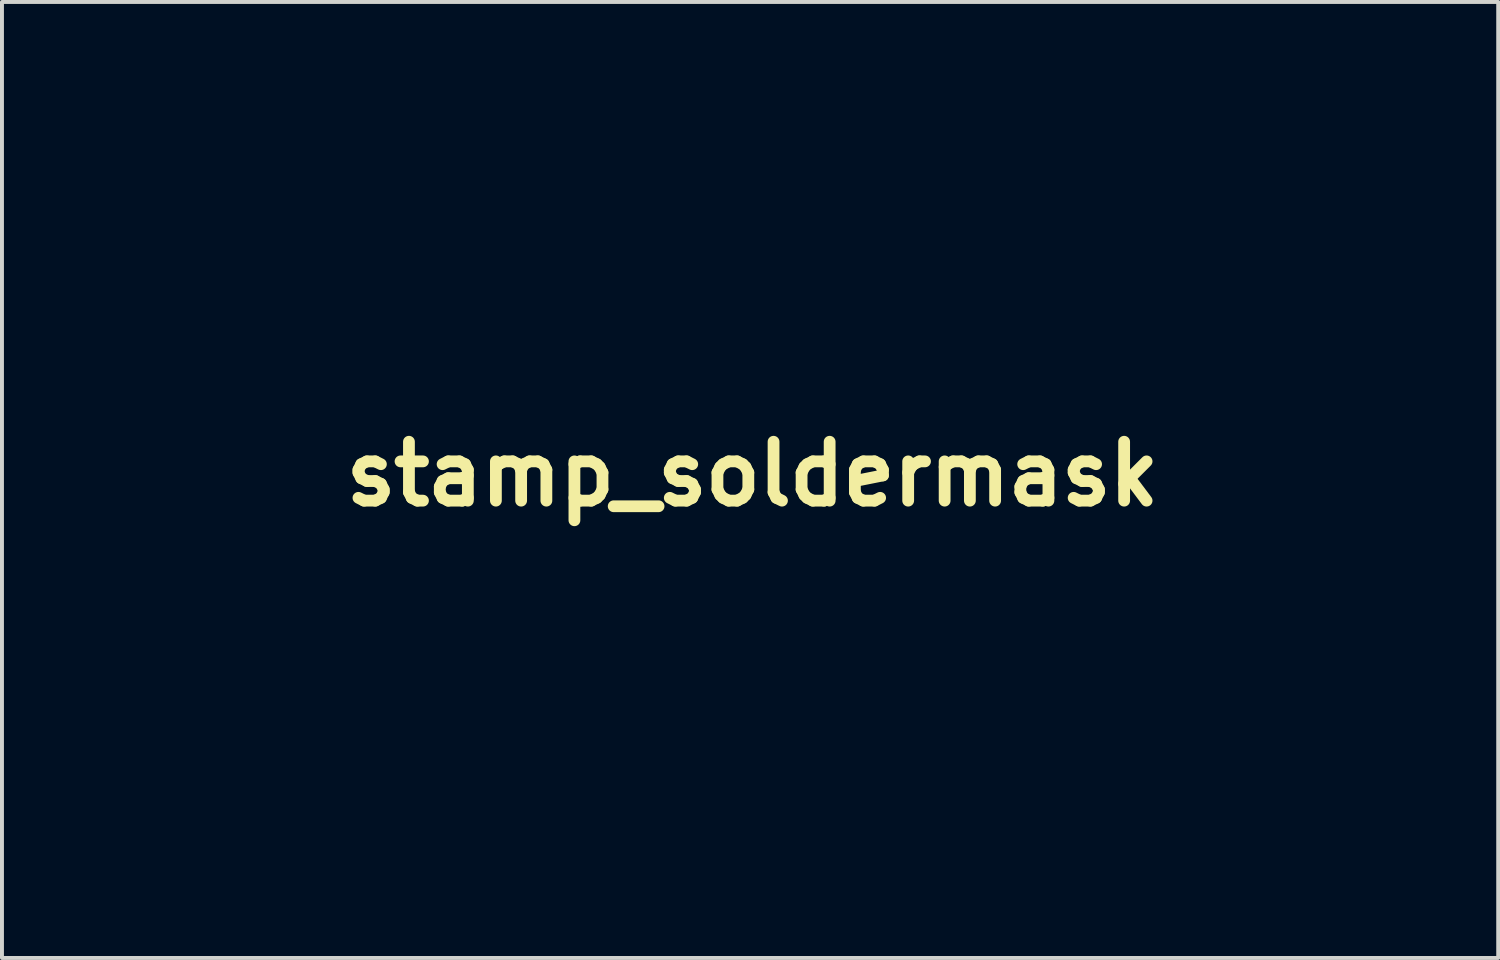
<source format=kicad_pcb>
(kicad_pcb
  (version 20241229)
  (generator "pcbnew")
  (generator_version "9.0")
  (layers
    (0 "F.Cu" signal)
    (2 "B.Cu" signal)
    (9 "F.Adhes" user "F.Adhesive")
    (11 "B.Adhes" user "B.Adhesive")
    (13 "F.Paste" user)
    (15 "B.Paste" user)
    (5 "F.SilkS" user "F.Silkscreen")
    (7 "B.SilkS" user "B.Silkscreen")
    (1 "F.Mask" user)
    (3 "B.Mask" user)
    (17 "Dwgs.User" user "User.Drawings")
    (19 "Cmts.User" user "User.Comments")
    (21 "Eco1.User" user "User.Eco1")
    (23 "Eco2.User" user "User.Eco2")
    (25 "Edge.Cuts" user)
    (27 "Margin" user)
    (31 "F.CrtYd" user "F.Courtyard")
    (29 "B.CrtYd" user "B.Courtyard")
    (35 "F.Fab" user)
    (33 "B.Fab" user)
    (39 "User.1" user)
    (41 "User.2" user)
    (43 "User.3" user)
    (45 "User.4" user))
  (footprint "stamp_soldermask"
    (layer "F.Cu")
    (at 16.115 9.022)
    (property "Reference" "stamp_soldermask" (at 0 0 0) (layer "F.SilkS") (effects (font (size 1.5 1.5) (thickness 0.3))))
    (attr board_only exclude_from_pos_files exclude_from_bom)
    (fp_poly (pts (xy 7.416 4.53) (xy 7.473 4.564) (xy 7.509 4.619) (xy 7.514 4.688) (xy 7.481 4.759) (xy 7.416 4.813) (xy 7.349 4.818) (xy 7.282 4.775) (xy 7.24 4.704) (xy 7.239 4.628) (xy 7.278 4.566) (xy 7.348 4.528)) (stroke (width 0) (type solid)) (fill yes) (layer "F.Mask"))
    (fp_poly (pts (xy 12.454 2.412) (xy 12.511 2.455) (xy 12.556 2.527) (xy 12.551 2.596) (xy 12.512 2.65) (xy 12.441 2.693) (xy 12.365 2.693) (xy 12.303 2.654) (xy 12.266 2.581) (xy 12.275 2.503) (xy 12.312 2.45) (xy 12.383 2.406)) (stroke (width 0) (type solid)) (fill yes) (layer "F.Mask"))
    (fp_poly (pts (xy 7.423 5.586) (xy 7.483 5.629) (xy 7.52 5.706) (xy 7.517 5.776) (xy 7.479 5.832) (xy 7.419 5.865) (xy 7.351 5.87) (xy 7.29 5.841) (xy 7.271 5.819) (xy 7.236 5.74) (xy 7.249 5.668) (xy 7.282 5.625) (xy 7.352 5.583)) (stroke (width 0) (type solid)) (fill yes) (layer "F.Mask"))
    (fp_poly (pts (xy 7.714 5.873) (xy 7.765 5.928) (xy 7.783 6.005) (xy 7.762 6.076) (xy 7.709 6.122) (xy 7.638 6.137) (xy 7.566 6.113) (xy 7.563 6.111) (xy 7.521 6.058) (xy 7.506 5.988) (xy 7.517 5.92) (xy 7.556 5.876) (xy 7.64 5.853)) (stroke (width 0) (type solid)) (fill yes) (layer "F.Mask"))
    (fp_poly (pts (xy 7.985 6.93) (xy 8.029 6.974) (xy 8.041 7.053) (xy 8.022 7.134) (xy 7.971 7.184) (xy 7.9 7.196) (xy 7.82 7.166) (xy 7.813 7.161) (xy 7.766 7.104) (xy 7.759 7.037) (xy 7.785 6.975) (xy 7.84 6.93) (xy 7.905 6.917)) (stroke (width 0) (type solid)) (fill yes) (layer "F.Mask"))
    (fp_poly (pts (xy 10.366 4.023) (xy 10.387 4.04) (xy 10.428 4.102) (xy 10.43 4.17) (xy 10.402 4.23) (xy 10.35 4.271) (xy 10.283 4.282) (xy 10.236 4.267) (xy 10.163 4.214) (xy 10.139 4.152) (xy 10.161 4.081) (xy 10.217 4.023) (xy 10.291 4.003)) (stroke (width 0) (type solid)) (fill yes) (layer "F.Mask"))
    (fp_poly (pts (xy 11.156 7.722) (xy 11.206 7.776) (xy 11.227 7.843) (xy 11.224 7.869) (xy 11.184 7.95) (xy 11.121 7.99) (xy 11.044 7.985) (xy 10.992 7.958) (xy 10.946 7.902) (xy 10.939 7.834) (xy 10.964 7.768) (xy 11.017 7.719) (xy 11.091 7.7)) (stroke (width 0) (type solid)) (fill yes) (layer "F.Mask"))
    (fp_poly (pts (xy 12.744 2.168) (xy 12.799 2.218) (xy 12.814 2.291) (xy 12.787 2.377) (xy 12.744 2.411) (xy 12.676 2.425) (xy 12.608 2.418) (xy 12.567 2.395) (xy 12.537 2.336) (xy 12.539 2.265) (xy 12.567 2.201) (xy 12.616 2.158) (xy 12.652 2.15)) (stroke (width 0) (type solid)) (fill yes) (layer "F.Mask"))
    (fp_poly (pts (xy 13.803 1.636) (xy 13.864 1.699) (xy 13.878 1.773) (xy 13.853 1.839) (xy 13.794 1.888) (xy 13.72 1.899) (xy 13.65 1.872) (xy 13.63 1.854) (xy 13.593 1.786) (xy 13.595 1.717) (xy 13.627 1.658) (xy 13.681 1.62) (xy 13.748 1.614)) (stroke (width 0) (type solid)) (fill yes) (layer "F.Mask"))
    (fp_poly (pts (xy 14.3 7.437) (xy 14.36 7.483) (xy 14.406 7.553) (xy 14.405 7.618) (xy 14.364 7.675) (xy 14.295 7.719) (xy 14.221 7.714) (xy 14.17 7.686) (xy 14.124 7.628) (xy 14.119 7.555) (xy 14.156 7.484) (xy 14.164 7.475) (xy 14.232 7.431)) (stroke (width 0) (type solid)) (fill yes) (layer "F.Mask"))
    (fp_poly (pts (xy 14.596 5.34) (xy 14.649 5.387) (xy 14.664 5.46) (xy 14.645 5.541) (xy 14.593 5.593) (xy 14.524 5.611) (xy 14.448 5.588) (xy 14.441 5.583) (xy 14.399 5.529) (xy 14.389 5.461) (xy 14.406 5.393) (xy 14.448 5.343) (xy 14.504 5.325)) (stroke (width 0) (type solid)) (fill yes) (layer "F.Mask"))
    (fp_poly (pts (xy 3.189 -1.429) (xy 3.245 -1.381) (xy 3.273 -1.312) (xy 3.264 -1.231) (xy 3.252 -1.205) (xy 3.196 -1.15) (xy 3.12 -1.127) (xy 3.043 -1.138) (xy 2.994 -1.171) (xy 2.958 -1.243) (xy 2.96 -1.324) (xy 2.997 -1.395) (xy 3.033 -1.423) (xy 3.115 -1.446)) (stroke (width 0) (type solid)) (fill yes) (layer "F.Mask"))
    (fp_poly (pts (xy 7.952 4.012) (xy 8.016 4.057) (xy 8.031 4.078) (xy 8.053 4.131) (xy 8.046 4.173) (xy 8.025 4.21) (xy 7.965 4.261) (xy 7.891 4.275) (xy 7.819 4.248) (xy 7.799 4.229) (xy 7.762 4.157) (xy 7.771 4.085) (xy 7.805 4.04) (xy 7.876 4.005)) (stroke (width 0) (type solid)) (fill yes) (layer "F.Mask"))
    (fp_poly (pts (xy 7.952 6.137) (xy 8.016 6.182) (xy 8.031 6.203) (xy 8.053 6.256) (xy 8.046 6.298) (xy 8.025 6.335) (xy 7.965 6.386) (xy 7.891 6.4) (xy 7.819 6.373) (xy 7.799 6.354) (xy 7.762 6.282) (xy 7.771 6.21) (xy 7.805 6.165) (xy 7.876 6.13)) (stroke (width 0) (type solid)) (fill yes) (layer "F.Mask"))
    (fp_poly (pts (xy 8.238 5.871) (xy 8.285 5.923) (xy 8.306 5.991) (xy 8.295 6.06) (xy 8.253 6.111) (xy 8.202 6.14) (xy 8.171 6.15) (xy 8.132 6.137) (xy 8.089 6.111) (xy 8.042 6.054) (xy 8.033 5.984) (xy 8.055 5.916) (xy 8.105 5.867) (xy 8.168 5.85)) (stroke (width 0) (type solid)) (fill yes) (layer "F.Mask"))
    (fp_poly (pts (xy 8.457 4.788) (xy 8.486 4.801) (xy 8.552 4.848) (xy 8.58 4.905) (xy 8.583 4.94) (xy 8.563 5.008) (xy 8.511 5.053) (xy 8.443 5.072) (xy 8.374 5.06) (xy 8.319 5.014) (xy 8.289 4.94) (xy 8.305 4.875) (xy 8.361 4.819) (xy 8.414 4.787)) (stroke (width 0) (type solid)) (fill yes) (layer "F.Mask"))
    (fp_poly (pts (xy 9.066 2.714) (xy 9.103 2.779) (xy 9.109 2.824) (xy 9.089 2.901) (xy 9.039 2.949) (xy 8.971 2.963) (xy 8.899 2.938) (xy 8.872 2.915) (xy 8.82 2.848) (xy 8.815 2.789) (xy 8.855 2.729) (xy 8.859 2.725) (xy 8.93 2.681) (xy 9.003 2.679)) (stroke (width 0) (type solid)) (fill yes) (layer "F.Mask"))
    (fp_poly (pts (xy 10.086 7.713) (xy 10.136 7.758) (xy 10.159 7.797) (xy 10.171 7.863) (xy 10.145 7.923) (xy 10.094 7.969) (xy 10.03 7.992) (xy 9.965 7.983) (xy 9.927 7.955) (xy 9.89 7.886) (xy 9.889 7.811) (xy 9.92 7.747) (xy 9.977 7.707) (xy 10.018 7.7)) (stroke (width 0) (type solid)) (fill yes) (layer "F.Mask"))
    (fp_poly (pts (xy 11.145 6.658) (xy 11.209 6.722) (xy 11.226 6.795) (xy 11.2 6.864) (xy 11.142 6.912) (xy 11.067 6.925) (xy 10.994 6.901) (xy 10.974 6.884) (xy 10.942 6.822) (xy 10.951 6.749) (xy 10.998 6.682) (xy 11.016 6.667) (xy 11.065 6.635) (xy 11.101 6.634)) (stroke (width 0) (type solid)) (fill yes) (layer "F.Mask"))
    (fp_poly (pts (xy 12.747 2.696) (xy 12.794 2.748) (xy 12.813 2.816) (xy 12.8 2.885) (xy 12.757 2.936) (xy 12.711 2.966) (xy 12.677 2.971) (xy 12.631 2.952) (xy 12.612 2.943) (xy 12.562 2.898) (xy 12.542 2.826) (xy 12.552 2.742) (xy 12.601 2.691) (xy 12.678 2.675)) (stroke (width 0) (type solid)) (fill yes) (layer "F.Mask"))
    (fp_poly (pts (xy 14.076 6.138) (xy 14.113 6.173) (xy 14.138 6.259) (xy 14.119 6.335) (xy 14.1 6.361) (xy 14.044 6.391) (xy 13.975 6.399) (xy 13.915 6.384) (xy 13.896 6.369) (xy 13.856 6.288) (xy 13.859 6.213) (xy 13.9 6.156) (xy 13.974 6.127) (xy 14.001 6.125)) (stroke (width 0) (type solid)) (fill yes) (layer "F.Mask"))
    (fp_poly (pts (xy 14.28 4.004) (xy 14.344 4.031) (xy 14.391 4.082) (xy 14.411 4.144) (xy 14.4 4.191) (xy 14.337 4.258) (xy 14.262 4.28) (xy 14.215 4.271) (xy 14.145 4.229) (xy 14.117 4.166) (xy 14.114 4.135) (xy 14.136 4.069) (xy 14.192 4.021) (xy 14.266 4.003)) (stroke (width 0) (type solid)) (fill yes) (layer "F.Mask"))
    (fp_poly (pts (xy 14.294 3.484) (xy 14.361 3.52) (xy 14.387 3.553) (xy 14.41 3.606) (xy 14.402 3.648) (xy 14.381 3.685) (xy 14.321 3.736) (xy 14.246 3.751) (xy 14.173 3.727) (xy 14.153 3.711) (xy 14.119 3.645) (xy 14.122 3.569) (xy 14.155 3.513) (xy 14.219 3.48)) (stroke (width 0) (type solid)) (fill yes) (layer "F.Mask"))
    (fp_poly (pts (xy 14.597 3.747) (xy 14.643 3.801) (xy 14.664 3.87) (xy 14.664 3.879) (xy 14.645 3.953) (xy 14.594 4.002) (xy 14.529 4.021) (xy 14.461 4.005) (xy 14.431 3.979) (xy 14.395 3.909) (xy 14.399 3.834) (xy 14.436 3.77) (xy 14.5 3.731) (xy 14.541 3.725)) (stroke (width 0) (type solid)) (fill yes) (layer "F.Mask"))
    (fp_poly (pts (xy 14.601 3.221) (xy 14.646 3.273) (xy 14.664 3.341) (xy 14.652 3.41) (xy 14.609 3.461) (xy 14.558 3.49) (xy 14.527 3.5) (xy 14.488 3.487) (xy 14.445 3.461) (xy 14.4 3.404) (xy 14.391 3.335) (xy 14.415 3.268) (xy 14.466 3.218) (xy 14.533 3.2)) (stroke (width 0) (type solid)) (fill yes) (layer "F.Mask"))
    (fp_poly (pts (xy -6.237 -1.794) (xy -6.244 -1.137) (xy -6.395 -1.13) (xy -6.478 -1.129) (xy -6.54 -1.133) (xy -6.564 -1.141) (xy -6.569 -1.169) (xy -6.573 -1.241) (xy -6.576 -1.35) (xy -6.579 -1.488) (xy -6.581 -1.648) (xy -6.581 -1.804) (xy -6.581 -2.45) (xy -6.406 -2.45) (xy -6.23 -2.45)) (stroke (width 0) (type solid)) (fill yes) (layer "F.Mask"))
    (fp_poly (pts (xy 7.694 4.269) (xy 7.72 4.285) (xy 7.771 4.342) (xy 7.782 4.411) (xy 7.76 4.477) (xy 7.709 4.528) (xy 7.633 4.55) (xy 7.627 4.55) (xy 7.569 4.539) (xy 7.538 4.519) (xy 7.502 4.444) (xy 7.505 4.367) (xy 7.542 4.302) (xy 7.582 4.275) (xy 7.644 4.257)) (stroke (width 0) (type solid)) (fill yes) (layer "F.Mask"))
    (fp_poly (pts (xy 10.367 5.351) (xy 10.417 5.402) (xy 10.435 5.469) (xy 10.417 5.515) (xy 10.374 5.568) (xy 10.322 5.611) (xy 10.285 5.625) (xy 10.255 5.611) (xy 10.205 5.577) (xy 10.201 5.573) (xy 10.147 5.512) (xy 10.141 5.447) (xy 10.174 5.381) (xy 10.231 5.335) (xy 10.3 5.327)) (stroke (width 0) (type solid)) (fill yes) (layer "F.Mask"))
    (fp_poly (pts (xy 10.368 8.526) (xy 10.418 8.575) (xy 10.435 8.639) (xy 10.419 8.707) (xy 10.367 8.758) (xy 10.343 8.771) (xy 10.298 8.793) (xy 10.267 8.794) (xy 10.23 8.771) (xy 10.201 8.748) (xy 10.147 8.687) (xy 10.141 8.621) (xy 10.174 8.556) (xy 10.231 8.511) (xy 10.3 8.503)) (stroke (width 0) (type solid)) (fill yes) (layer "F.Mask"))
    (fp_poly (pts (xy 11.147 6.137) (xy 11.197 6.182) (xy 11.203 6.19) (xy 11.23 6.242) (xy 11.227 6.285) (xy 11.209 6.322) (xy 11.154 6.376) (xy 11.082 6.397) (xy 11.011 6.381) (xy 10.978 6.355) (xy 10.939 6.283) (xy 10.941 6.212) (xy 10.98 6.156) (xy 11.05 6.127) (xy 11.074 6.125)) (stroke (width 0) (type solid)) (fill yes) (layer "F.Mask"))
    (fp_poly (pts (xy 11.371 6.909) (xy 11.405 6.926) (xy 11.473 6.985) (xy 11.493 7.054) (xy 11.464 7.128) (xy 11.458 7.136) (xy 11.393 7.188) (xy 11.322 7.196) (xy 11.256 7.158) (xy 11.252 7.154) (xy 11.214 7.081) (xy 11.219 7.005) (xy 11.266 6.941) (xy 11.276 6.933) (xy 11.329 6.906)) (stroke (width 0) (type solid)) (fill yes) (layer "F.Mask"))
    (fp_poly (pts (xy 13.531 4.014) (xy 13.586 4.055) (xy 13.613 4.122) (xy 13.613 4.138) (xy 13.593 4.21) (xy 13.542 4.257) (xy 13.474 4.276) (xy 13.404 4.261) (xy 13.347 4.21) (xy 13.346 4.21) (xy 13.319 4.158) (xy 13.322 4.115) (xy 13.34 4.078) (xy 13.394 4.023) (xy 13.462 4.003)) (stroke (width 0) (type solid)) (fill yes) (layer "F.Mask"))
    (fp_poly (pts (xy 15.645 4.276) (xy 15.65 4.278) (xy 15.707 4.326) (xy 15.729 4.392) (xy 15.72 4.46) (xy 15.682 4.517) (xy 15.618 4.548) (xy 15.594 4.55) (xy 15.526 4.534) (xy 15.482 4.504) (xy 15.444 4.431) (xy 15.454 4.353) (xy 15.49 4.3) (xy 15.538 4.261) (xy 15.582 4.254)) (stroke (width 0) (type solid)) (fill yes) (layer "F.Mask"))
    (fp_poly (pts (xy 15.908 4.011) (xy 15.951 4.039) (xy 15.982 4.098) (xy 15.989 4.171) (xy 15.97 4.234) (xy 15.961 4.245) (xy 15.908 4.269) (xy 15.836 4.273) (xy 15.769 4.257) (xy 15.74 4.237) (xy 15.713 4.173) (xy 15.715 4.1) (xy 15.745 4.041) (xy 15.755 4.033) (xy 15.831 4.003)) (stroke (width 0) (type solid)) (fill yes) (layer "F.Mask"))
    (fp_poly (pts (xy 0.851 -7.45) (xy 0.851 -7.3) (xy 0.663 -7.3) (xy 0.475 -7.3) (xy 0.475 -6.787) (xy 0.475 -6.275) (xy 0.288 -6.275) (xy 0.1 -6.275) (xy 0.1 -6.787) (xy 0.1 -7.3) (xy -0.088 -7.3) (xy -0.275 -7.3) (xy -0.275 -7.45) (xy -0.275 -7.6) (xy 0.288 -7.6) (xy 0.851 -7.6)) (stroke (width 0) (type solid)) (fill yes) (layer "F.Mask"))
    (fp_poly (pts (xy 10.042 2.939) (xy 10.101 2.964) (xy 10.129 2.981) (xy 10.152 3.026) (xy 10.159 3.094) (xy 10.149 3.16) (xy 10.13 3.195) (xy 10.074 3.221) (xy 10.001 3.221) (xy 9.936 3.196) (xy 9.924 3.186) (xy 9.891 3.125) (xy 9.892 3.056) (xy 9.919 2.993) (xy 9.966 2.948) (xy 10.027 2.936)) (stroke (width 0) (type solid)) (fill yes) (layer "F.Mask"))
    (fp_poly (pts (xy 12.992 2.417) (xy 13.038 2.45) (xy 13.075 2.504) (xy 13.088 2.55) (xy 13.071 2.604) (xy 13.038 2.65) (xy 12.983 2.687) (xy 12.938 2.7) (xy 12.883 2.683) (xy 12.838 2.65) (xy 12.8 2.596) (xy 12.788 2.55) (xy 12.805 2.496) (xy 12.838 2.45) (xy 12.892 2.413) (xy 12.938 2.4)) (stroke (width 0) (type solid)) (fill yes) (layer "F.Mask"))
    (fp_poly (pts (xy 15.337 4.788) (xy 15.388 4.812) (xy 15.445 4.853) (xy 15.465 4.907) (xy 15.465 4.924) (xy 15.445 5.006) (xy 15.392 5.058) (xy 15.318 5.074) (xy 15.235 5.048) (xy 15.234 5.048) (xy 15.197 5.001) (xy 15.188 4.933) (xy 15.207 4.864) (xy 15.251 4.811) (xy 15.251 4.811) (xy 15.297 4.787)) (stroke (width 0) (type solid)) (fill yes) (layer "F.Mask"))
    (fp_poly (pts (xy 8.964 4.259) (xy 9.05 4.288) (xy 9.097 4.338) (xy 9.109 4.398) (xy 9.097 4.467) (xy 9.057 4.513) (xy 8.983 4.539) (xy 8.868 4.55) (xy 8.827 4.55) (xy 8.715 4.546) (xy 8.642 4.535) (xy 8.6 4.513) (xy 8.598 4.511) (xy 8.568 4.457) (xy 8.558 4.4) (xy 8.575 4.329) (xy 8.627 4.282) (xy 8.719 4.257) (xy 8.834 4.25)) (stroke (width 0) (type solid)) (fill yes) (layer "F.Mask"))
    (fp_poly (pts (xy 13.272 1.892) (xy 13.32 1.943) (xy 13.349 2.034) (xy 13.361 2.158) (xy 13.355 2.284) (xy 13.325 2.369) (xy 13.268 2.415) (xy 13.205 2.425) (xy 13.139 2.416) (xy 13.093 2.395) (xy 13.093 2.395) (xy 13.077 2.353) (xy 13.066 2.269) (xy 13.063 2.161) (xy 13.069 2.032) (xy 13.089 1.945) (xy 13.127 1.895) (xy 13.184 1.876) (xy 13.202 1.875)) (stroke (width 0) (type solid)) (fill yes) (layer "F.Mask"))
    (fp_poly (pts (xy 12.932 0.558) (xy 13.023 0.585) (xy 13.074 0.631) (xy 13.088 0.689) (xy 13.072 0.763) (xy 13.023 0.813) (xy 12.935 0.841) (xy 12.805 0.85) (xy 12.802 0.85) (xy 12.69 0.846) (xy 12.618 0.834) (xy 12.577 0.811) (xy 12.577 0.811) (xy 12.547 0.757) (xy 12.537 0.7) (xy 12.548 0.63) (xy 12.584 0.585) (xy 12.652 0.56) (xy 12.761 0.55) (xy 12.796 0.55)) (stroke (width 0) (type solid)) (fill yes) (layer "F.Mask"))
    (fp_poly (pts (xy 15.916 4.536) (xy 15.957 4.573) (xy 15.981 4.642) (xy 15.99 4.752) (xy 15.991 4.8) (xy 15.987 4.914) (xy 15.976 4.987) (xy 15.956 5.03) (xy 15.951 5.036) (xy 15.885 5.07) (xy 15.806 5.067) (xy 15.757 5.044) (xy 15.731 5.001) (xy 15.709 4.925) (xy 15.696 4.832) (xy 15.692 4.739) (xy 15.701 4.663) (xy 15.741 4.582) (xy 15.806 4.534) (xy 15.853 4.525)) (stroke (width 0) (type solid)) (fill yes) (layer "F.Mask"))
    (fp_poly (pts (xy 13.194 3.732) (xy 13.274 3.754) (xy 13.321 3.795) (xy 13.339 3.85) (xy 13.339 3.925) (xy 13.312 3.977) (xy 13.251 4.008) (xy 13.151 4.023) (xy 13.062 4.025) (xy 12.961 4.023) (xy 12.897 4.017) (xy 12.858 4.002) (xy 12.832 3.977) (xy 12.827 3.969) (xy 12.791 3.89) (xy 12.804 3.818) (xy 12.838 3.775) (xy 12.874 3.748) (xy 12.925 3.732) (xy 13.004 3.726) (xy 13.071 3.725)) (stroke (width 0) (type solid)) (fill yes) (layer "F.Mask"))
    (fp_poly (pts (xy 11.85 7.704) (xy 11.93 7.717) (xy 11.966 7.731) (xy 12.012 7.796) (xy 12.015 7.873) (xy 11.983 7.937) (xy 11.952 7.97) (xy 11.916 7.989) (xy 11.859 7.998) (xy 11.769 8) (xy 11.748 8) (xy 11.648 7.998) (xy 11.584 7.989) (xy 11.541 7.971) (xy 11.512 7.945) (xy 11.468 7.873) (xy 11.473 7.804) (xy 11.511 7.75) (xy 11.548 7.723) (xy 11.599 7.707) (xy 11.679 7.701) (xy 11.744 7.7)) (stroke (width 0) (type solid)) (fill yes) (layer "F.Mask"))
    (fp_poly (pts (xy 13.252 8.235) (xy 13.313 8.282) (xy 13.353 8.364) (xy 13.354 8.365) (xy 13.362 8.439) (xy 13.36 8.53) (xy 13.349 8.622) (xy 13.331 8.697) (xy 13.311 8.736) (xy 13.235 8.781) (xy 13.157 8.78) (xy 13.118 8.761) (xy 13.091 8.737) (xy 13.074 8.703) (xy 13.066 8.648) (xy 13.063 8.56) (xy 13.063 8.515) (xy 13.065 8.406) (xy 13.073 8.336) (xy 13.088 8.292) (xy 13.109 8.266) (xy 13.18 8.229)) (stroke (width 0) (type solid)) (fill yes) (layer "F.Mask"))
    (fp_poly (pts (xy 10.326 2.41) (xy 10.38 2.439) (xy 10.408 2.464) (xy 10.425 2.5) (xy 10.433 2.557) (xy 10.435 2.65) (xy 10.435 2.672) (xy 10.431 2.783) (xy 10.419 2.866) (xy 10.404 2.905) (xy 10.339 2.955) (xy 10.264 2.957) (xy 10.201 2.924) (xy 10.167 2.892) (xy 10.147 2.857) (xy 10.138 2.803) (xy 10.135 2.717) (xy 10.135 2.687) (xy 10.137 2.586) (xy 10.146 2.522) (xy 10.164 2.48) (xy 10.19 2.451) (xy 10.258 2.407)) (stroke (width 0) (type solid)) (fill yes) (layer "F.Mask"))
    (fp_poly (pts (xy -2.302 -4.862) (xy -2.302 -4.725) (xy -2.64 -4.725) (xy -2.978 -4.725) (xy -2.978 -4.612) (xy -2.978 -4.5) (xy -2.678 -4.5) (xy -2.377 -4.5) (xy -2.377 -4.35) (xy -2.377 -4.2) (xy -2.678 -4.2) (xy -2.978 -4.2) (xy -2.978 -4.088) (xy -2.978 -3.976) (xy -2.634 -3.969) (xy -2.29 -3.962) (xy -2.282 -3.831) (xy -2.275 -3.7) (xy -2.814 -3.7) (xy -3.353 -3.7) (xy -3.353 -4.35) (xy -3.353 -5) (xy -2.828 -5) (xy -2.302 -5)) (stroke (width 0) (type solid)) (fill yes) (layer "F.Mask"))
    (fp_poly (pts (xy 2.002 -7.45) (xy 2.002 -7.3) (xy 1.664 -7.3) (xy 1.326 -7.3) (xy 1.326 -7.188) (xy 1.326 -7.077) (xy 1.633 -7.07) (xy 1.939 -7.062) (xy 1.939 -6.925) (xy 1.939 -6.787) (xy 1.633 -6.78) (xy 1.326 -6.773) (xy 1.326 -6.662) (xy 1.326 -6.55) (xy 1.677 -6.55) (xy 2.027 -6.55) (xy 2.027 -6.412) (xy 2.027 -6.275) (xy 1.501 -6.275) (xy 0.976 -6.275) (xy 0.976 -6.938) (xy 0.976 -7.6) (xy 1.489 -7.6) (xy 2.002 -7.6)) (stroke (width 0) (type solid)) (fill yes) (layer "F.Mask"))
    (fp_poly (pts (xy -9.022 -7.597) (xy -8.942 -7.591) (xy -8.883 -7.583) (xy -8.864 -7.577) (xy -8.843 -7.553) (xy -8.797 -7.496) (xy -8.731 -7.412) (xy -8.651 -7.307) (xy -8.563 -7.191) (xy -8.284 -6.819) (xy -8.278 -7.203) (xy -8.271 -7.588) (xy -8.115 -7.595) (xy -7.959 -7.602) (xy -7.952 -6.939) (xy -7.945 -6.275) (xy -8.108 -6.276) (xy -8.271 -6.278) (xy -8.546 -6.651) (xy -8.821 -7.024) (xy -8.828 -6.649) (xy -8.835 -6.275) (xy -8.997 -6.275) (xy -9.159 -6.275) (xy -9.159 -6.939) (xy -9.159 -7.603)) (stroke (width 0) (type solid)) (fill yes) (layer "F.Mask"))
    (fp_poly (pts (xy 9.887 8.772) (xy 10.013 8.778) (xy 10.099 8.797) (xy 10.15 8.835) (xy 10.176 8.901) (xy 10.185 9.001) (xy 10.185 9.041) (xy 10.182 9.135) (xy 10.17 9.196) (xy 10.145 9.24) (xy 10.124 9.264) (xy 10.081 9.298) (xy 10.033 9.317) (xy 9.96 9.323) (xy 9.905 9.323) (xy 9.816 9.32) (xy 9.744 9.314) (xy 9.71 9.308) (xy 9.659 9.276) (xy 9.627 9.218) (xy 9.612 9.126) (xy 9.609 9.037) (xy 9.613 8.92) (xy 9.628 8.843) (xy 9.664 8.798) (xy 9.729 8.777) (xy 9.832 8.772)) (stroke (width 0) (type solid)) (fill yes) (layer "F.Mask"))
    (fp_poly (pts (xy 7.423 6.129) (xy 7.463 6.144) (xy 7.493 6.177) (xy 7.512 6.234) (xy 7.524 6.32) (xy 7.53 6.443) (xy 7.532 6.608) (xy 7.532 6.668) (xy 7.532 6.826) (xy 7.53 6.942) (xy 7.526 7.023) (xy 7.52 7.077) (xy 7.509 7.113) (xy 7.494 7.138) (xy 7.482 7.15) (xy 7.411 7.193) (xy 7.335 7.193) (xy 7.274 7.154) (xy 7.258 7.131) (xy 7.247 7.095) (xy 7.24 7.038) (xy 7.235 6.954) (xy 7.233 6.835) (xy 7.232 6.674) (xy 7.232 6.665) (xy 7.234 6.506) (xy 7.238 6.37) (xy 7.244 6.263) (xy 7.252 6.194) (xy 7.258 6.173) (xy 7.303 6.135) (xy 7.369 6.125)) (stroke (width 0) (type solid)) (fill yes) (layer "F.Mask"))
    (fp_poly (pts (xy 7.433 3.214) (xy 7.471 3.235) (xy 7.489 3.252) (xy 7.502 3.277) (xy 7.511 3.319) (xy 7.518 3.384) (xy 7.522 3.48) (xy 7.526 3.615) (xy 7.528 3.709) (xy 7.529 3.895) (xy 7.527 4.04) (xy 7.52 4.141) (xy 7.51 4.195) (xy 7.508 4.198) (xy 7.452 4.262) (xy 7.379 4.281) (xy 7.333 4.271) (xy 7.279 4.242) (xy 7.252 4.218) (xy 7.246 4.184) (xy 7.24 4.109) (xy 7.236 4.001) (xy 7.233 3.869) (xy 7.233 3.735) (xy 7.233 3.572) (xy 7.234 3.452) (xy 7.238 3.368) (xy 7.245 3.311) (xy 7.254 3.274) (xy 7.268 3.251) (xy 7.278 3.241) (xy 7.352 3.204)) (stroke (width 0) (type solid)) (fill yes) (layer "F.Mask"))
    (fp_poly (pts (xy -3.629 -2.312) (xy -3.629 -2.175) (xy -3.966 -2.175) (xy -4.304 -2.175) (xy -4.304 -2.05) (xy -4.304 -1.925) (xy -4.004 -1.925) (xy -3.704 -1.925) (xy -3.704 -1.788) (xy -3.704 -1.65) (xy -4.004 -1.65) (xy -4.304 -1.65) (xy -4.304 -1.538) (xy -4.304 -1.426) (xy -3.96 -1.419) (xy -3.616 -1.413) (xy -3.616 -1.275) (xy -3.616 -1.137) (xy -4.131 -1.131) (xy -4.286 -1.13) (xy -4.425 -1.13) (xy -4.538 -1.132) (xy -4.619 -1.135) (xy -4.66 -1.14) (xy -4.662 -1.141) (xy -4.667 -1.17) (xy -4.671 -1.242) (xy -4.675 -1.35) (xy -4.677 -1.488) (xy -4.679 -1.648) (xy -4.68 -1.804) (xy -4.68 -2.45) (xy -4.154 -2.45) (xy -3.629 -2.45)) (stroke (width 0) (type solid)) (fill yes) (layer "F.Mask"))
    (fp_poly (pts (xy 3.617 -5.006) (xy 3.643 -5.002) (xy 3.648 -4.974) (xy 3.651 -4.907) (xy 3.653 -4.813) (xy 3.654 -4.733) (xy 3.654 -4.475) (xy 3.904 -4.475) (xy 4.154 -4.475) (xy 4.157 -4.7) (xy 4.159 -4.804) (xy 4.161 -4.89) (xy 4.163 -4.945) (xy 4.163 -4.956) (xy 4.189 -4.976) (xy 4.262 -4.989) (xy 4.348 -4.995) (xy 4.529 -5.002) (xy 4.529 -4.351) (xy 4.529 -3.7) (xy 4.34 -3.7) (xy 4.151 -3.7) (xy 4.156 -3.944) (xy 4.161 -4.188) (xy 3.914 -4.188) (xy 3.666 -4.188) (xy 3.659 -3.944) (xy 3.652 -3.7) (xy 3.478 -3.7) (xy 3.303 -3.7) (xy 3.303 -4.348) (xy 3.303 -4.996) (xy 3.468 -5.004) (xy 3.553 -5.007)) (stroke (width 0) (type solid)) (fill yes) (layer "F.Mask"))
    (fp_poly (pts (xy 10.012 5.581) (xy 10.091 5.602) (xy 10.14 5.646) (xy 10.169 5.717) (xy 10.177 5.759) (xy 10.191 5.82) (xy 10.218 5.845) (xy 10.272 5.85) (xy 10.357 5.87) (xy 10.413 5.921) (xy 10.433 5.991) (xy 10.412 6.07) (xy 10.4 6.089) (xy 10.38 6.11) (xy 10.349 6.124) (xy 10.297 6.133) (xy 10.217 6.139) (xy 10.099 6.142) (xy 10.056 6.143) (xy 9.934 6.144) (xy 9.828 6.142) (xy 9.75 6.138) (xy 9.71 6.133) (xy 9.71 6.132) (xy 9.66 6.098) (xy 9.629 6.04) (xy 9.614 5.949) (xy 9.61 5.856) (xy 9.615 5.734) (xy 9.636 5.653) (xy 9.681 5.605) (xy 9.758 5.582) (xy 9.875 5.575) (xy 9.893 5.575)) (stroke (width 0) (type solid)) (fill yes) (layer "F.Mask"))
    (fp_poly (pts (xy 12.576 6.903) (xy 12.684 6.915) (xy 12.755 6.937) (xy 12.795 6.973) (xy 12.811 7.024) (xy 12.813 7.048) (xy 12.803 7.113) (xy 12.768 7.158) (xy 12.702 7.185) (xy 12.599 7.198) (xy 12.504 7.2) (xy 12.287 7.2) (xy 12.287 7.423) (xy 12.285 7.542) (xy 12.276 7.62) (xy 12.261 7.668) (xy 12.248 7.686) (xy 12.181 7.721) (xy 12.104 7.716) (xy 12.037 7.675) (xy 12.015 7.648) (xy 12 7.612) (xy 11.992 7.556) (xy 11.988 7.472) (xy 11.987 7.349) (xy 11.987 7.339) (xy 11.99 7.181) (xy 12.001 7.066) (xy 12.02 6.988) (xy 12.051 6.94) (xy 12.093 6.916) (xy 12.096 6.915) (xy 12.142 6.909) (xy 12.226 6.904) (xy 12.333 6.901) (xy 12.425 6.9)) (stroke (width 0) (type solid)) (fill yes) (layer "F.Mask"))
    (fp_poly (pts (xy 1.598 -1.822) (xy 1.601 -1.82) (xy 1.592 -1.796) (xy 1.568 -1.733) (xy 1.532 -1.641) (xy 1.486 -1.527) (xy 1.465 -1.475) (xy 1.33 -1.137) (xy 1.242 -1.13) (xy 1.173 -1.133) (xy 1.134 -1.161) (xy 1.129 -1.17) (xy 1.111 -1.21) (xy 1.08 -1.283) (xy 1.042 -1.377) (xy 1 -1.483) (xy 0.958 -1.59) (xy 0.921 -1.686) (xy 0.893 -1.762) (xy 0.877 -1.807) (xy 0.876 -1.813) (xy 0.898 -1.821) (xy 0.954 -1.822) (xy 0.979 -1.82) (xy 1.082 -1.812) (xy 1.153 -1.603) (xy 1.186 -1.508) (xy 1.213 -1.433) (xy 1.231 -1.389) (xy 1.235 -1.383) (xy 1.247 -1.4) (xy 1.27 -1.455) (xy 1.301 -1.538) (xy 1.319 -1.592) (xy 1.393 -1.812) (xy 1.497 -1.82) (xy 1.561 -1.823)) (stroke (width 0) (type solid)) (fill yes) (layer "F.Mask"))
    (fp_poly (pts (xy 8.401 1.096) (xy 8.487 1.139) (xy 8.543 1.211) (xy 8.573 1.317) (xy 8.583 1.462) (xy 8.583 1.499) (xy 8.578 1.644) (xy 8.556 1.75) (xy 8.512 1.823) (xy 8.44 1.868) (xy 8.332 1.892) (xy 8.183 1.9) (xy 8.142 1.9) (xy 8.031 1.899) (xy 7.957 1.895) (xy 7.908 1.884) (xy 7.872 1.864) (xy 7.836 1.832) (xy 7.831 1.827) (xy 7.798 1.792) (xy 7.777 1.759) (xy 7.765 1.715) (xy 7.759 1.649) (xy 7.758 1.55) (xy 7.758 1.494) (xy 7.758 1.377) (xy 7.761 1.299) (xy 7.77 1.248) (xy 7.787 1.212) (xy 7.815 1.18) (xy 7.834 1.161) (xy 7.878 1.124) (xy 7.922 1.101) (xy 7.982 1.088) (xy 8.072 1.081) (xy 8.113 1.079) (xy 8.278 1.078)) (stroke (width 0) (type solid)) (fill yes) (layer "F.Mask"))
    (fp_poly (pts (xy 15.239 1.082) (xy 15.31 1.099) (xy 15.365 1.13) (xy 15.405 1.167) (xy 15.433 1.202) (xy 15.451 1.242) (xy 15.461 1.297) (xy 15.465 1.38) (xy 15.465 1.467) (xy 15.46 1.617) (xy 15.443 1.726) (xy 15.412 1.801) (xy 15.363 1.851) (xy 15.328 1.87) (xy 15.27 1.884) (xy 15.177 1.893) (xy 15.067 1.898) (xy 14.953 1.896) (xy 14.854 1.89) (xy 14.783 1.878) (xy 14.772 1.875) (xy 14.71 1.832) (xy 14.669 1.759) (xy 14.647 1.65) (xy 14.642 1.499) (xy 14.643 1.46) (xy 14.649 1.348) (xy 14.656 1.274) (xy 14.67 1.225) (xy 14.693 1.187) (xy 14.721 1.157) (xy 14.76 1.122) (xy 14.802 1.101) (xy 14.859 1.088) (xy 14.947 1.081) (xy 15.003 1.079) (xy 15.141 1.076)) (stroke (width 0) (type solid)) (fill yes) (layer "F.Mask"))
    (fp_poly (pts (xy 10.427 6.375) (xy 10.59 6.375) (xy 10.709 6.377) (xy 10.794 6.381) (xy 10.851 6.388) (xy 10.887 6.398) (xy 10.91 6.412) (xy 10.919 6.421) (xy 10.956 6.491) (xy 10.954 6.567) (xy 10.914 6.629) (xy 10.905 6.636) (xy 10.869 6.653) (xy 10.813 6.665) (xy 10.729 6.671) (xy 10.608 6.675) (xy 10.521 6.675) (xy 10.192 6.675) (xy 10.177 6.765) (xy 10.159 6.835) (xy 10.136 6.886) (xy 10.133 6.89) (xy 10.081 6.919) (xy 10.01 6.922) (xy 9.943 6.901) (xy 9.924 6.886) (xy 9.902 6.847) (xy 9.889 6.779) (xy 9.885 6.672) (xy 9.885 6.652) (xy 9.885 6.561) (xy 9.891 6.493) (xy 9.908 6.444) (xy 9.943 6.41) (xy 10.002 6.39) (xy 10.091 6.38) (xy 10.216 6.376) (xy 10.383 6.375)) (stroke (width 0) (type solid)) (fill yes) (layer "F.Mask"))
    (fp_poly (pts (xy 8.206 4.262) (xy 8.243 4.283) (xy 8.275 4.307) (xy 8.294 4.336) (xy 8.304 4.382) (xy 8.308 4.457) (xy 8.308 4.537) (xy 8.307 4.642) (xy 8.301 4.708) (xy 8.288 4.749) (xy 8.266 4.776) (xy 8.253 4.786) (xy 8.184 4.816) (xy 8.127 4.825) (xy 8.077 4.833) (xy 8.059 4.866) (xy 8.058 4.894) (xy 8.04 4.98) (xy 7.993 5.042) (xy 7.929 5.073) (xy 7.859 5.07) (xy 7.799 5.029) (xy 7.775 4.987) (xy 7.762 4.917) (xy 7.758 4.81) (xy 7.758 4.796) (xy 7.764 4.674) (xy 7.785 4.593) (xy 7.827 4.547) (xy 7.894 4.527) (xy 7.94 4.525) (xy 7.997 4.522) (xy 8.024 4.504) (xy 8.035 4.457) (xy 8.038 4.42) (xy 8.051 4.343) (xy 8.082 4.297) (xy 8.111 4.277) (xy 8.164 4.255)) (stroke (width 0) (type solid)) (fill yes) (layer "F.Mask"))
    (fp_poly (pts (xy 13.706 3.476) (xy 13.772 3.482) (xy 13.813 3.495) (xy 13.84 3.517) (xy 13.85 3.531) (xy 13.88 3.599) (xy 13.889 3.656) (xy 13.894 3.703) (xy 13.921 3.722) (xy 13.975 3.725) (xy 14.054 3.745) (xy 14.11 3.796) (xy 14.138 3.864) (xy 14.132 3.937) (xy 14.1 3.986) (xy 14.049 4.01) (xy 13.966 4.024) (xy 13.867 4.028) (xy 13.767 4.023) (xy 13.684 4.007) (xy 13.633 3.983) (xy 13.632 3.981) (xy 13.602 3.926) (xy 13.584 3.854) (xy 13.584 3.851) (xy 13.573 3.793) (xy 13.544 3.766) (xy 13.488 3.757) (xy 13.412 3.733) (xy 13.349 3.688) (xy 13.315 3.632) (xy 13.313 3.615) (xy 13.326 3.574) (xy 13.352 3.531) (xy 13.376 3.503) (xy 13.41 3.486) (xy 13.464 3.478) (xy 13.551 3.475) (xy 13.601 3.475)) (stroke (width 0) (type solid)) (fill yes) (layer "F.Mask"))
    (fp_poly (pts (xy 9.747 7.98) (xy 9.832 7.998) (xy 9.882 8.034) (xy 9.906 8.091) (xy 9.91 8.146) (xy 9.914 8.199) (xy 9.939 8.221) (xy 9.996 8.225) (xy 10.076 8.241) (xy 10.133 8.291) (xy 10.174 8.35) (xy 10.179 8.393) (xy 10.147 8.44) (xy 10.124 8.464) (xy 10.089 8.494) (xy 10.049 8.512) (xy 9.993 8.521) (xy 9.906 8.525) (xy 9.848 8.525) (xy 9.634 8.525) (xy 9.634 8.624) (xy 9.628 8.694) (xy 9.603 8.735) (xy 9.561 8.762) (xy 9.501 8.791) (xy 9.463 8.794) (xy 9.426 8.769) (xy 9.396 8.739) (xy 9.369 8.71) (xy 9.352 8.678) (xy 9.341 8.633) (xy 9.336 8.566) (xy 9.334 8.464) (xy 9.334 8.382) (xy 9.336 8.231) (xy 9.343 8.123) (xy 9.361 8.05) (xy 9.396 8.007) (xy 9.451 7.984) (xy 9.533 7.976) (xy 9.62 7.975)) (stroke (width 0) (type solid)) (fill yes) (layer "F.Mask"))
    (fp_poly (pts (xy 8.298 7.976) (xy 8.379 7.979) (xy 8.432 7.987) (xy 8.468 8.002) (xy 8.497 8.026) (xy 8.51 8.039) (xy 8.54 8.077) (xy 8.559 8.121) (xy 8.571 8.185) (xy 8.578 8.28) (xy 8.58 8.328) (xy 8.58 8.487) (xy 8.564 8.604) (xy 8.524 8.685) (xy 8.456 8.736) (xy 8.352 8.764) (xy 8.207 8.774) (xy 8.145 8.775) (xy 8.033 8.774) (xy 7.958 8.77) (xy 7.909 8.76) (xy 7.873 8.74) (xy 7.837 8.708) (xy 7.831 8.702) (xy 7.798 8.667) (xy 7.776 8.633) (xy 7.764 8.588) (xy 7.759 8.522) (xy 7.758 8.421) (xy 7.758 8.375) (xy 7.758 8.259) (xy 7.762 8.182) (xy 7.771 8.131) (xy 7.789 8.095) (xy 7.818 8.061) (xy 7.831 8.048) (xy 7.865 8.016) (xy 7.897 7.995) (xy 7.94 7.983) (xy 8.003 7.977) (xy 8.098 7.975) (xy 8.177 7.975)) (stroke (width 0) (type solid)) (fill yes) (layer "F.Mask"))
    (fp_poly (pts (xy 11.143 1.625) (xy 11.2 1.667) (xy 11.222 1.713) (xy 11.221 1.798) (xy 11.179 1.863) (xy 11.1 1.9) (xy 11.068 1.905) (xy 11.005 1.914) (xy 10.977 1.938) (xy 10.966 1.992) (xy 10.965 2) (xy 10.939 2.098) (xy 10.881 2.156) (xy 10.794 2.175) (xy 10.737 2.18) (xy 10.714 2.203) (xy 10.711 2.244) (xy 10.691 2.338) (xy 10.637 2.4) (xy 10.555 2.425) (xy 10.547 2.425) (xy 10.472 2.411) (xy 10.436 2.377) (xy 10.423 2.329) (xy 10.414 2.247) (xy 10.41 2.15) (xy 10.41 2.141) (xy 10.412 2.042) (xy 10.419 1.98) (xy 10.435 1.942) (xy 10.463 1.916) (xy 10.466 1.914) (xy 10.535 1.884) (xy 10.591 1.875) (xy 10.641 1.868) (xy 10.659 1.835) (xy 10.66 1.803) (xy 10.677 1.714) (xy 10.728 1.654) (xy 10.818 1.618) (xy 10.914 1.605) (xy 11.049 1.605)) (stroke (width 0) (type solid)) (fill yes) (layer "F.Mask"))
    (fp_poly (pts (xy -1.408 -7.595) (xy -1.239 -7.588) (xy -1.235 -7.153) (xy -1.233 -6.992) (xy -1.23 -6.874) (xy -1.224 -6.79) (xy -1.216 -6.732) (xy -1.205 -6.692) (xy -1.188 -6.661) (xy -1.182 -6.653) (xy -1.11 -6.591) (xy -1.018 -6.561) (xy -0.92 -6.563) (xy -0.832 -6.595) (xy -0.769 -6.659) (xy -0.769 -6.66) (xy -0.756 -6.707) (xy -0.744 -6.801) (xy -0.735 -6.935) (xy -0.727 -7.105) (xy -0.726 -7.15) (xy -0.713 -7.588) (xy -0.551 -7.588) (xy -0.388 -7.588) (xy -0.388 -7.11) (xy -0.388 -6.633) (xy -0.463 -6.512) (xy -0.561 -6.394) (xy -0.687 -6.314) (xy -0.845 -6.27) (xy -0.945 -6.26) (xy -1.042 -6.258) (xy -1.127 -6.263) (xy -1.176 -6.272) (xy -1.308 -6.329) (xy -1.416 -6.402) (xy -1.444 -6.429) (xy -1.488 -6.482) (xy -1.521 -6.538) (xy -1.545 -6.605) (xy -1.561 -6.691) (xy -1.571 -6.804) (xy -1.575 -6.952) (xy -1.577 -7.138) (xy -1.577 -7.602)) (stroke (width 0) (type solid)) (fill yes) (layer "F.Mask"))
    (fp_poly (pts (xy 8.497 6.385) (xy 8.541 6.419) (xy 8.569 6.485) (xy 8.581 6.589) (xy 8.583 6.683) (xy 8.583 6.9) (xy 8.791 6.9) (xy 8.929 6.906) (xy 9.024 6.925) (xy 9.081 6.961) (xy 9.106 7.016) (xy 9.109 7.048) (xy 9.103 7.104) (xy 9.082 7.145) (xy 9.038 7.172) (xy 8.964 7.189) (xy 8.855 7.198) (xy 8.703 7.2) (xy 8.689 7.2) (xy 8.555 7.2) (xy 8.462 7.197) (xy 8.401 7.192) (xy 8.363 7.181) (xy 8.339 7.165) (xy 8.322 7.144) (xy 8.293 7.078) (xy 8.283 7.011) (xy 8.278 6.959) (xy 8.254 6.937) (xy 8.197 6.933) (xy 8.105 6.918) (xy 8.051 6.871) (xy 8.033 6.791) (xy 8.033 6.787) (xy 8.043 6.717) (xy 8.079 6.673) (xy 8.152 6.645) (xy 8.189 6.637) (xy 8.252 6.62) (xy 8.278 6.593) (xy 8.283 6.553) (xy 8.302 6.466) (xy 8.351 6.403) (xy 8.422 6.375) (xy 8.431 6.375)) (stroke (width 0) (type solid)) (fill yes) (layer "F.Mask"))
    (fp_poly (pts (xy -3.248 -7.595) (xy -3.066 -7.588) (xy -3.059 -6.931) (xy -3.052 -6.275) (xy -3.215 -6.275) (xy -3.377 -6.275) (xy -3.384 -6.655) (xy -3.391 -7.035) (xy -3.527 -6.718) (xy -3.664 -6.4) (xy -3.781 -6.4) (xy -3.897 -6.4) (xy -4.012 -6.656) (xy -4.062 -6.768) (xy -4.107 -6.87) (xy -4.142 -6.95) (xy -4.159 -6.987) (xy -4.171 -7.011) (xy -4.18 -7.013) (xy -4.187 -6.987) (xy -4.192 -6.929) (xy -4.195 -6.833) (xy -4.198 -6.692) (xy -4.199 -6.669) (xy -4.205 -6.275) (xy -4.355 -6.275) (xy -4.504 -6.275) (xy -4.504 -6.939) (xy -4.504 -7.602) (xy -4.316 -7.595) (xy -4.128 -7.588) (xy -3.967 -7.228) (xy -3.911 -7.104) (xy -3.861 -6.997) (xy -3.823 -6.915) (xy -3.798 -6.865) (xy -3.792 -6.855) (xy -3.776 -6.87) (xy -3.747 -6.92) (xy -3.709 -6.996) (xy -3.702 -7.013) (xy -3.653 -7.12) (xy -3.594 -7.248) (xy -3.537 -7.372) (xy -3.527 -7.393) (xy -3.431 -7.602)) (stroke (width 0) (type solid)) (fill yes) (layer "F.Mask"))
    (fp_poly (pts (xy -2.465 -7.587) (xy -2.31 -7.586) (xy -2.194 -7.581) (xy -2.107 -7.571) (xy -2.039 -7.556) (xy -1.996 -7.542) (xy -1.866 -7.468) (xy -1.774 -7.364) (xy -1.723 -7.234) (xy -1.714 -7.084) (xy -1.727 -7) (xy -1.78 -6.86) (xy -1.87 -6.753) (xy -1.997 -6.678) (xy -2.161 -6.636) (xy -2.326 -6.625) (xy -2.477 -6.625) (xy -2.477 -6.45) (xy -2.477 -6.275) (xy -2.653 -6.275) (xy -2.829 -6.275) (xy -2.822 -6.931) (xy -2.818 -7.3) (xy -2.477 -7.3) (xy -2.477 -7.117) (xy -2.475 -7.025) (xy -2.47 -6.954) (xy -2.462 -6.918) (xy -2.461 -6.917) (xy -2.419 -6.903) (xy -2.346 -6.902) (xy -2.257 -6.913) (xy -2.196 -6.926) (xy -2.129 -6.955) (xy -2.082 -6.992) (xy -2.077 -6.999) (xy -2.053 -7.089) (xy -2.066 -7.181) (xy -2.103 -7.245) (xy -2.141 -7.276) (xy -2.191 -7.293) (xy -2.27 -7.3) (xy -2.316 -7.3) (xy -2.477 -7.3) (xy -2.818 -7.3) (xy -2.815 -7.588)) (stroke (width 0) (type solid)) (fill yes) (layer "F.Mask"))
    (fp_poly (pts (xy -5.567 -4.737) (xy -5.51 -4.636) (xy -5.461 -4.553) (xy -5.426 -4.496) (xy -5.408 -4.475) (xy -5.408 -4.475) (xy -5.391 -4.496) (xy -5.357 -4.553) (xy -5.309 -4.637) (xy -5.255 -4.738) (xy -5.118 -5) (xy -4.949 -5) (xy -4.864 -4.997) (xy -4.804 -4.991) (xy -4.78 -4.981) (xy -4.78 -4.981) (xy -4.791 -4.954) (xy -4.823 -4.89) (xy -4.87 -4.797) (xy -4.931 -4.681) (xy -5.001 -4.549) (xy -5.005 -4.54) (xy -5.23 -4.118) (xy -5.23 -3.909) (xy -5.23 -3.7) (xy -5.405 -3.7) (xy -5.58 -3.7) (xy -5.58 -3.907) (xy -5.585 -4.035) (xy -5.599 -4.125) (xy -5.614 -4.163) (xy -5.639 -4.204) (xy -5.681 -4.279) (xy -5.734 -4.376) (xy -5.787 -4.475) (xy -5.849 -4.591) (xy -5.91 -4.704) (xy -5.961 -4.797) (xy -5.991 -4.85) (xy -6.028 -4.917) (xy -6.051 -4.967) (xy -6.056 -4.981) (xy -6.033 -4.991) (xy -5.973 -4.997) (xy -5.888 -5) (xy -5.884 -5) (xy -5.711 -5)) (stroke (width 0) (type solid)) (fill yes) (layer "F.Mask"))
    (fp_poly (pts (xy 11.161 2.173) (xy 11.212 2.232) (xy 11.236 2.315) (xy 11.236 2.329) (xy 11.242 2.375) (xy 11.271 2.396) (xy 11.327 2.405) (xy 11.414 2.429) (xy 11.47 2.481) (xy 11.521 2.55) (xy 11.47 2.619) (xy 11.405 2.676) (xy 11.327 2.695) (xy 11.267 2.704) (xy 11.241 2.728) (xy 11.236 2.78) (xy 11.236 2.785) (xy 11.214 2.873) (xy 11.154 2.94) (xy 11.068 2.973) (xy 11.041 2.975) (xy 10.986 2.98) (xy 10.965 3.005) (xy 10.961 3.059) (xy 10.941 3.146) (xy 10.885 3.204) (xy 10.805 3.225) (xy 10.743 3.21) (xy 10.707 3.184) (xy 10.693 3.143) (xy 10.68 3.065) (xy 10.67 2.962) (xy 10.663 2.847) (xy 10.66 2.732) (xy 10.661 2.63) (xy 10.667 2.555) (xy 10.671 2.537) (xy 10.713 2.454) (xy 10.787 2.408) (xy 10.85 2.4) (xy 10.908 2.396) (xy 10.931 2.373) (xy 10.936 2.317) (xy 10.936 2.316) (xy 10.956 2.229) (xy 11.012 2.17) (xy 11.093 2.15)) (stroke (width 0) (type solid)) (fill yes) (layer "F.Mask"))
    (fp_poly (pts (xy 11.864 6.128) (xy 11.94 6.14) (xy 11.987 6.166) (xy 12.013 6.213) (xy 12.029 6.285) (xy 12.043 6.345) (xy 12.071 6.37) (xy 12.124 6.375) (xy 12.21 6.396) (xy 12.267 6.453) (xy 12.287 6.532) (xy 12.273 6.594) (xy 12.229 6.637) (xy 12.148 6.663) (xy 12.025 6.674) (xy 11.969 6.675) (xy 11.762 6.675) (xy 11.762 6.759) (xy 11.743 6.839) (xy 11.696 6.896) (xy 11.632 6.925) (xy 11.564 6.92) (xy 11.505 6.876) (xy 11.5 6.869) (xy 11.47 6.801) (xy 11.461 6.744) (xy 11.454 6.694) (xy 11.42 6.676) (xy 11.392 6.675) (xy 11.303 6.657) (xy 11.239 6.608) (xy 11.211 6.537) (xy 11.211 6.527) (xy 11.233 6.448) (xy 11.293 6.395) (xy 11.381 6.375) (xy 11.382 6.375) (xy 11.437 6.369) (xy 11.458 6.344) (xy 11.461 6.306) (xy 11.476 6.231) (xy 11.5 6.181) (xy 11.525 6.153) (xy 11.558 6.136) (xy 11.613 6.128) (xy 11.7 6.125) (xy 11.747 6.125)) (stroke (width 0) (type solid)) (fill yes) (layer "F.Mask"))
    (fp_poly (pts (xy -12.963 -7.587) (xy -12.785 -7.584) (xy -12.648 -7.576) (xy -12.543 -7.56) (xy -12.46 -7.535) (xy -12.39 -7.498) (xy -12.333 -7.455) (xy -12.248 -7.353) (xy -12.199 -7.228) (xy -12.186 -7.093) (xy -12.209 -6.96) (xy -12.27 -6.84) (xy -12.328 -6.775) (xy -12.418 -6.697) (xy -12.277 -6.486) (xy -12.137 -6.275) (xy -12.344 -6.275) (xy -12.551 -6.275) (xy -12.638 -6.45) (xy -12.725 -6.624) (xy -12.844 -6.625) (xy -12.963 -6.625) (xy -12.963 -6.45) (xy -12.963 -6.275) (xy -13.151 -6.275) (xy -13.339 -6.275) (xy -13.332 -6.931) (xy -13.329 -7.3) (xy -12.979 -7.3) (xy -12.973 -7.219) (xy -12.969 -7.143) (xy -12.966 -7.048) (xy -12.965 -7.015) (xy -12.963 -6.893) (xy -12.797 -6.906) (xy -12.683 -6.922) (xy -12.61 -6.948) (xy -12.584 -6.967) (xy -12.535 -7.046) (xy -12.526 -7.135) (xy -12.556 -7.217) (xy -12.575 -7.24) (xy -12.615 -7.273) (xy -12.662 -7.291) (xy -12.732 -7.299) (xy -12.807 -7.3) (xy -12.979 -7.3) (xy -13.329 -7.3) (xy -13.326 -7.588)) (stroke (width 0) (type solid)) (fill yes) (layer "F.Mask"))
    (fp_poly (pts (xy 10.63 0.573) (xy 10.681 0.631) (xy 10.709 0.71) (xy 10.711 0.738) (xy 10.714 0.794) (xy 10.733 0.819) (xy 10.782 0.825) (xy 10.81 0.825) (xy 10.895 0.84) (xy 10.943 0.887) (xy 10.961 0.972) (xy 10.961 0.983) (xy 10.948 1.044) (xy 10.903 1.084) (xy 10.819 1.11) (xy 10.804 1.113) (xy 10.711 1.131) (xy 10.711 1.314) (xy 10.704 1.456) (xy 10.682 1.553) (xy 10.643 1.613) (xy 10.601 1.635) (xy 10.542 1.647) (xy 10.504 1.638) (xy 10.461 1.6) (xy 10.46 1.6) (xy 10.42 1.528) (xy 10.41 1.462) (xy 10.407 1.406) (xy 10.388 1.381) (xy 10.339 1.375) (xy 10.312 1.375) (xy 10.233 1.365) (xy 10.183 1.331) (xy 10.174 1.319) (xy 10.14 1.239) (xy 10.152 1.168) (xy 10.207 1.114) (xy 10.3 1.083) (xy 10.308 1.082) (xy 10.41 1.068) (xy 10.41 0.848) (xy 10.411 0.741) (xy 10.417 0.671) (xy 10.428 0.629) (xy 10.449 0.602) (xy 10.466 0.589) (xy 10.524 0.559) (xy 10.566 0.55)) (stroke (width 0) (type solid)) (fill yes) (layer "F.Mask"))
    (fp_poly (pts (xy -6.557 -7.584) (xy -6.476 -7.573) (xy -6.406 -7.55) (xy -6.344 -7.519) (xy -6.241 -7.463) (xy -6.179 -7.422) (xy -6.151 -7.387) (xy -6.155 -7.349) (xy -6.187 -7.3) (xy -6.221 -7.256) (xy -6.318 -7.134) (xy -6.422 -7.207) (xy -6.545 -7.272) (xy -6.669 -7.294) (xy -6.783 -7.273) (xy -6.826 -7.252) (xy -6.926 -7.161) (xy -6.987 -7.047) (xy -7.005 -6.919) (xy -6.978 -6.787) (xy -6.965 -6.757) (xy -6.894 -6.66) (xy -6.795 -6.599) (xy -6.677 -6.575) (xy -6.549 -6.592) (xy -6.437 -6.64) (xy -6.325 -6.706) (xy -6.222 -6.601) (xy -6.119 -6.497) (xy -6.181 -6.446) (xy -6.339 -6.345) (xy -6.516 -6.281) (xy -6.698 -6.258) (xy -6.876 -6.278) (xy -6.916 -6.289) (xy -7.024 -6.342) (xy -7.134 -6.425) (xy -7.231 -6.526) (xy -7.302 -6.631) (xy -7.327 -6.69) (xy -7.36 -6.88) (xy -7.348 -7.06) (xy -7.292 -7.225) (xy -7.194 -7.368) (xy -7.058 -7.484) (xy -6.998 -7.519) (xy -6.92 -7.555) (xy -6.847 -7.576) (xy -6.758 -7.585) (xy -6.669 -7.587)) (stroke (width 0) (type solid)) (fill yes) (layer "F.Mask"))
    (fp_poly (pts (xy -6.453 -5) (xy -6.305 -4.955) (xy -6.279 -4.944) (xy -6.197 -4.899) (xy -6.129 -4.856) (xy -6.097 -4.829) (xy -6.076 -4.801) (xy -6.076 -4.774) (xy -6.1 -4.735) (xy -6.153 -4.672) (xy -6.158 -4.666) (xy -6.261 -4.55) (xy -6.33 -4.608) (xy -6.454 -4.687) (xy -6.576 -4.718) (xy -6.695 -4.699) (xy -6.807 -4.63) (xy -6.822 -4.617) (xy -6.881 -4.552) (xy -6.911 -4.481) (xy -6.923 -4.412) (xy -6.919 -4.272) (xy -6.876 -4.156) (xy -6.8 -4.069) (xy -6.7 -4.015) (xy -6.581 -3.998) (xy -6.45 -4.022) (xy -6.358 -4.064) (xy -6.247 -4.127) (xy -6.145 -4.025) (xy -6.043 -3.922) (xy -6.119 -3.861) (xy -6.283 -3.756) (xy -6.465 -3.698) (xy -6.578 -3.685) (xy -6.674 -3.683) (xy -6.759 -3.688) (xy -6.807 -3.697) (xy -6.98 -3.777) (xy -7.118 -3.89) (xy -7.218 -4.033) (xy -7.276 -4.2) (xy -7.291 -4.35) (xy -7.269 -4.53) (xy -7.202 -4.688) (xy -7.09 -4.823) (xy -6.934 -4.936) (xy -6.897 -4.956) (xy -6.766 -5) (xy -6.613 -5.015)) (stroke (width 0) (type solid)) (fill yes) (layer "F.Mask"))
    (fp_poly (pts (xy -0.385 -2.188) (xy -0.327 -2.086) (xy -0.277 -2.003) (xy -0.241 -1.947) (xy -0.223 -1.925) (xy -0.223 -1.925) (xy -0.206 -1.946) (xy -0.17 -2.002) (xy -0.122 -2.085) (xy -0.065 -2.186) (xy -0.064 -2.188) (xy 0.08 -2.45) (xy 0.253 -2.45) (xy 0.426 -2.45) (xy 0.372 -2.344) (xy 0.341 -2.283) (xy 0.291 -2.19) (xy 0.229 -2.075) (xy 0.162 -1.951) (xy 0.141 -1.913) (xy 0.072 -1.786) (xy 0.023 -1.692) (xy -0.009 -1.619) (xy -0.029 -1.556) (xy -0.04 -1.492) (xy -0.047 -1.416) (xy -0.05 -1.363) (xy -0.063 -1.137) (xy -0.214 -1.13) (xy -0.297 -1.129) (xy -0.359 -1.133) (xy -0.383 -1.141) (xy -0.391 -1.172) (xy -0.397 -1.241) (xy -0.4 -1.333) (xy -0.4 -1.358) (xy -0.4 -1.558) (xy -0.592 -1.91) (xy -0.661 -2.037) (xy -0.725 -2.155) (xy -0.779 -2.254) (xy -0.817 -2.323) (xy -0.829 -2.345) (xy -0.859 -2.401) (xy -0.875 -2.436) (xy -0.876 -2.439) (xy -0.853 -2.444) (xy -0.793 -2.448) (xy -0.708 -2.45) (xy -0.704 -2.45) (xy -0.532 -2.45)) (stroke (width 0) (type solid)) (fill yes) (layer "F.Mask"))
    (fp_poly (pts (xy 2.748 -7.593) (xy 2.94 -7.571) (xy 3.092 -7.531) (xy 3.205 -7.472) (xy 3.284 -7.392) (xy 3.332 -7.289) (xy 3.352 -7.16) (xy 3.353 -7.112) (xy 3.34 -6.991) (xy 3.305 -6.879) (xy 3.253 -6.792) (xy 3.203 -6.75) (xy 3.163 -6.718) (xy 3.153 -6.695) (xy 3.166 -6.663) (xy 3.2 -6.6) (xy 3.249 -6.517) (xy 3.278 -6.471) (xy 3.402 -6.275) (xy 3.203 -6.275) (xy 3.004 -6.275) (xy 2.91 -6.45) (xy 2.815 -6.624) (xy 2.696 -6.625) (xy 2.578 -6.625) (xy 2.578 -6.45) (xy 2.578 -6.275) (xy 2.402 -6.275) (xy 2.227 -6.275) (xy 2.227 -6.938) (xy 2.227 -7.3) (xy 2.578 -7.3) (xy 2.578 -7.1) (xy 2.578 -6.9) (xy 2.684 -6.9) (xy 2.775 -6.906) (xy 2.862 -6.921) (xy 2.875 -6.924) (xy 2.964 -6.97) (xy 3.016 -7.039) (xy 3.027 -7.121) (xy 2.995 -7.204) (xy 2.967 -7.239) (xy 2.925 -7.273) (xy 2.876 -7.292) (xy 2.804 -7.299) (xy 2.741 -7.3) (xy 2.578 -7.3) (xy 2.227 -7.3) (xy 2.227 -7.6) (xy 2.51 -7.6)) (stroke (width 0) (type solid)) (fill yes) (layer "F.Mask"))
    (fp_poly (pts (xy -15.176 -7.549) (xy -15.007 -7.471) (xy -14.93 -7.419) (xy -14.903 -7.392) (xy -14.9 -7.362) (xy -14.923 -7.318) (xy -14.976 -7.25) (xy -14.998 -7.224) (xy -15.047 -7.173) (xy -15.081 -7.158) (xy -15.111 -7.17) (xy -15.257 -7.254) (xy -15.391 -7.293) (xy -15.511 -7.287) (xy -15.613 -7.238) (xy -15.692 -7.147) (xy -15.742 -7.031) (xy -15.758 -6.899) (xy -15.725 -6.777) (xy -15.644 -6.668) (xy -15.624 -6.65) (xy -15.566 -6.604) (xy -15.516 -6.581) (xy -15.453 -6.576) (xy -15.391 -6.58) (xy -15.254 -6.605) (xy -15.167 -6.648) (xy -15.085 -6.707) (xy -14.982 -6.604) (xy -14.926 -6.546) (xy -14.9 -6.51) (xy -14.901 -6.484) (xy -14.923 -6.454) (xy -14.926 -6.451) (xy -15.014 -6.383) (xy -15.135 -6.325) (xy -15.274 -6.283) (xy -15.416 -6.259) (xy -15.545 -6.258) (xy -15.615 -6.272) (xy -15.796 -6.353) (xy -15.938 -6.464) (xy -16.04 -6.603) (xy -16.099 -6.768) (xy -16.115 -6.926) (xy -16.094 -7.103) (xy -16.033 -7.256) (xy -15.939 -7.383) (xy -15.817 -7.483) (xy -15.674 -7.552) (xy -15.515 -7.587) (xy -15.347 -7.587)) (stroke (width 0) (type solid)) (fill yes) (layer "F.Mask"))
    (fp_poly (pts (xy -1.708 -4.999) (xy -1.525 -4.997) (xy -1.383 -4.989) (xy -1.275 -4.973) (xy -1.193 -4.947) (xy -1.128 -4.91) (xy -1.072 -4.859) (xy -1.061 -4.847) (xy -0.991 -4.733) (xy -0.959 -4.6) (xy -0.963 -4.459) (xy -1.001 -4.324) (xy -1.074 -4.208) (xy -1.113 -4.169) (xy -1.177 -4.112) (xy -1.052 -3.917) (xy -0.997 -3.831) (xy -0.954 -3.762) (xy -0.93 -3.719) (xy -0.926 -3.711) (xy -0.949 -3.706) (xy -1.01 -3.702) (xy -1.097 -3.7) (xy -1.12 -3.7) (xy -1.314 -3.701) (xy -1.408 -3.875) (xy -1.502 -4.05) (xy -1.627 -4.05) (xy -1.752 -4.05) (xy -1.752 -3.875) (xy -1.752 -3.7) (xy -1.927 -3.7) (xy -2.102 -3.7) (xy -2.102 -4.35) (xy -2.102 -4.725) (xy -1.752 -4.725) (xy -1.752 -4.522) (xy -1.752 -4.318) (xy -1.576 -4.331) (xy -1.452 -4.346) (xy -1.372 -4.373) (xy -1.351 -4.388) (xy -1.313 -4.448) (xy -1.301 -4.54) (xy -1.311 -4.623) (xy -1.345 -4.678) (xy -1.411 -4.71) (xy -1.515 -4.724) (xy -1.582 -4.725) (xy -1.752 -4.725) (xy -2.102 -4.725) (xy -2.102 -5)) (stroke (width 0) (type solid)) (fill yes) (layer "F.Mask"))
    (fp_poly (pts (xy -14.145 -7.595) (xy -13.978 -7.588) (xy -13.709 -6.95) (xy -13.638 -6.783) (xy -13.575 -6.631) (xy -13.521 -6.5) (xy -13.478 -6.396) (xy -13.45 -6.326) (xy -13.439 -6.294) (xy -13.439 -6.294) (xy -13.461 -6.285) (xy -13.522 -6.278) (xy -13.607 -6.275) (xy -13.62 -6.275) (xy -13.801 -6.275) (xy -13.848 -6.388) (xy -13.894 -6.502) (xy -14.173 -6.495) (xy -14.452 -6.487) (xy -14.488 -6.381) (xy -14.525 -6.275) (xy -14.71 -6.275) (xy -14.809 -6.277) (xy -14.865 -6.285) (xy -14.884 -6.299) (xy -14.882 -6.306) (xy -14.857 -6.369) (xy -14.816 -6.465) (xy -14.764 -6.586) (xy -14.704 -6.726) (xy -14.682 -6.775) (xy -14.338 -6.775) (xy -14.165 -6.775) (xy -13.992 -6.775) (xy -14.056 -6.931) (xy -14.093 -7.022) (xy -14.126 -7.103) (xy -14.145 -7.15) (xy -14.169 -7.213) (xy -14.201 -7.125) (xy -14.23 -7.05) (xy -14.266 -6.956) (xy -14.286 -6.906) (xy -14.338 -6.775) (xy -14.682 -6.775) (xy -14.639 -6.874) (xy -14.574 -7.024) (xy -14.512 -7.167) (xy -14.455 -7.296) (xy -14.409 -7.401) (xy -14.375 -7.475) (xy -14.36 -7.507) (xy -14.312 -7.602)) (stroke (width 0) (type solid)) (fill yes) (layer "F.Mask"))
    (fp_poly (pts (xy -5.133 -7.556) (xy -4.977 -7.482) (xy -4.838 -7.369) (xy -4.825 -7.355) (xy -4.737 -7.232) (xy -4.687 -7.094) (xy -4.67 -6.929) (xy -4.671 -6.912) (xy -4.688 -6.753) (xy -4.74 -6.616) (xy -4.835 -6.486) (xy -4.841 -6.48) (xy -4.971 -6.372) (xy -5.129 -6.297) (xy -5.302 -6.259) (xy -5.48 -6.261) (xy -5.625 -6.296) (xy -5.79 -6.378) (xy -5.921 -6.491) (xy -6.016 -6.629) (xy -6.072 -6.784) (xy -6.083 -6.901) (xy -5.725 -6.901) (xy -5.721 -6.87) (xy -5.677 -6.744) (xy -5.602 -6.647) (xy -5.506 -6.582) (xy -5.397 -6.554) (xy -5.283 -6.567) (xy -5.211 -6.6) (xy -5.116 -6.682) (xy -5.058 -6.784) (xy -5.034 -6.896) (xy -5.042 -7.01) (xy -5.081 -7.116) (xy -5.147 -7.205) (xy -5.239 -7.27) (xy -5.355 -7.299) (xy -5.381 -7.3) (xy -5.489 -7.277) (xy -5.586 -7.215) (xy -5.663 -7.124) (xy -5.713 -7.016) (xy -5.725 -6.901) (xy -6.083 -6.901) (xy -6.087 -6.949) (xy -6.057 -7.118) (xy -6.013 -7.223) (xy -5.914 -7.366) (xy -5.785 -7.475) (xy -5.634 -7.55) (xy -5.47 -7.589) (xy -5.301 -7.591)) (stroke (width 0) (type solid)) (fill yes) (layer "F.Mask"))
    (fp_poly (pts (xy -1.587 -2.448) (xy -1.457 -2.443) (xy -1.349 -2.435) (xy -1.275 -2.425) (xy -1.266 -2.423) (xy -1.141 -2.367) (xy -1.04 -2.275) (xy -0.97 -2.157) (xy -0.936 -2.022) (xy -0.941 -1.904) (xy -0.967 -1.801) (xy -1.011 -1.718) (xy -1.081 -1.634) (xy -1.155 -1.556) (xy -1.03 -1.355) (xy -0.978 -1.267) (xy -0.94 -1.195) (xy -0.92 -1.15) (xy -0.92 -1.139) (xy -0.95 -1.132) (xy -1.017 -1.127) (xy -1.105 -1.125) (xy -1.112 -1.125) (xy -1.289 -1.126) (xy -1.387 -1.313) (xy -1.486 -1.5) (xy -1.606 -1.5) (xy -1.727 -1.5) (xy -1.727 -1.312) (xy -1.727 -1.125) (xy -1.902 -1.125) (xy -2.077 -1.125) (xy -2.077 -1.788) (xy -2.077 -2.182) (xy -1.727 -2.182) (xy -1.727 -1.976) (xy -1.727 -1.769) (xy -1.549 -1.779) (xy -1.449 -1.788) (xy -1.386 -1.801) (xy -1.345 -1.824) (xy -1.323 -1.848) (xy -1.283 -1.933) (xy -1.285 -2.027) (xy -1.321 -2.1) (xy -1.356 -2.132) (xy -1.406 -2.151) (xy -1.486 -2.164) (xy -1.547 -2.169) (xy -1.727 -2.182) (xy -2.077 -2.182) (xy -2.077 -2.45) (xy -1.725 -2.45)) (stroke (width 0) (type solid)) (fill yes) (layer "F.Mask"))
    (fp_poly (pts (xy 4.167 -2.432) (xy 4.311 -2.376) (xy 4.424 -2.282) (xy 4.507 -2.149) (xy 4.531 -2.087) (xy 4.554 -1.981) (xy 4.563 -1.848) (xy 4.56 -1.705) (xy 4.545 -1.571) (xy 4.518 -1.464) (xy 4.511 -1.447) (xy 4.427 -1.315) (xy 4.311 -1.215) (xy 4.172 -1.15) (xy 4.018 -1.123) (xy 3.857 -1.137) (xy 3.707 -1.191) (xy 3.578 -1.281) (xy 3.484 -1.406) (xy 3.427 -1.565) (xy 3.406 -1.756) (xy 3.409 -1.822) (xy 3.762 -1.822) (xy 3.766 -1.687) (xy 3.787 -1.566) (xy 3.824 -1.475) (xy 3.834 -1.462) (xy 3.899 -1.415) (xy 3.987 -1.398) (xy 4.078 -1.413) (xy 4.103 -1.424) (xy 4.152 -1.476) (xy 4.185 -1.57) (xy 4.202 -1.708) (xy 4.204 -1.81) (xy 4.193 -1.97) (xy 4.16 -2.086) (xy 4.104 -2.16) (xy 4.042 -2.19) (xy 3.955 -2.19) (xy 3.874 -2.156) (xy 3.816 -2.097) (xy 3.808 -2.079) (xy 3.776 -1.958) (xy 3.762 -1.822) (xy 3.409 -1.822) (xy 3.411 -1.877) (xy 3.443 -2.067) (xy 3.504 -2.218) (xy 3.597 -2.33) (xy 3.721 -2.404) (xy 3.879 -2.443) (xy 3.99 -2.449)) (stroke (width 0) (type solid)) (fill yes) (layer "F.Mask"))
    (fp_poly (pts (xy 15.398 5.345) (xy 15.449 5.403) (xy 15.465 5.489) (xy 15.465 5.575) (xy 15.672 5.575) (xy 15.81 5.581) (xy 15.905 5.6) (xy 15.962 5.635) (xy 15.988 5.69) (xy 15.991 5.725) (xy 15.987 5.78) (xy 15.969 5.819) (xy 15.932 5.846) (xy 15.868 5.863) (xy 15.771 5.872) (xy 15.633 5.875) (xy 15.564 5.875) (xy 15.215 5.875) (xy 15.215 5.951) (xy 15.192 6.037) (xy 15.154 6.089) (xy 15.124 6.115) (xy 15.093 6.132) (xy 15.048 6.143) (xy 14.98 6.148) (xy 14.879 6.15) (xy 14.796 6.15) (xy 14.657 6.148) (xy 14.559 6.143) (xy 14.493 6.132) (xy 14.451 6.115) (xy 14.445 6.111) (xy 14.4 6.053) (xy 14.391 5.979) (xy 14.419 5.909) (xy 14.435 5.891) (xy 14.472 5.87) (xy 14.532 5.857) (xy 14.625 5.851) (xy 14.698 5.85) (xy 14.915 5.85) (xy 14.915 5.751) (xy 14.934 5.659) (xy 14.991 5.599) (xy 15.081 5.575) (xy 15.095 5.575) (xy 15.146 5.569) (xy 15.167 5.556) (xy 15.185 5.444) (xy 15.211 5.373) (xy 15.252 5.336) (xy 15.313 5.325) (xy 15.316 5.325)) (stroke (width 0) (type solid)) (fill yes) (layer "F.Mask"))
    (fp_poly (pts (xy -9.806 -7.562) (xy -9.649 -7.492) (xy -9.559 -7.428) (xy -9.443 -7.303) (xy -9.367 -7.155) (xy -9.332 -6.993) (xy -9.337 -6.825) (xy -9.384 -6.661) (xy -9.473 -6.509) (xy -9.494 -6.483) (xy -9.597 -6.394) (xy -9.734 -6.323) (xy -9.889 -6.276) (xy -10.048 -6.255) (xy -10.196 -6.266) (xy -10.223 -6.272) (xy -10.398 -6.342) (xy -10.546 -6.452) (xy -10.586 -6.494) (xy -10.671 -6.614) (xy -10.721 -6.747) (xy -10.741 -6.907) (xy -10.741 -6.925) (xy -10.385 -6.925) (xy -10.364 -6.8) (xy -10.308 -6.695) (xy -10.224 -6.616) (xy -10.122 -6.566) (xy -10.01 -6.554) (xy -9.898 -6.582) (xy -9.867 -6.599) (xy -9.774 -6.675) (xy -9.719 -6.77) (xy -9.698 -6.895) (xy -9.698 -6.925) (xy -9.712 -7.057) (xy -9.759 -7.157) (xy -9.845 -7.236) (xy -9.867 -7.251) (xy -9.978 -7.293) (xy -10.091 -7.291) (xy -10.196 -7.252) (xy -10.286 -7.18) (xy -10.352 -7.082) (xy -10.383 -6.962) (xy -10.385 -6.925) (xy -10.741 -6.925) (xy -10.742 -6.955) (xy -10.718 -7.12) (xy -10.655 -7.264) (xy -10.558 -7.386) (xy -10.434 -7.483) (xy -10.29 -7.552) (xy -10.133 -7.589) (xy -9.969 -7.594)) (stroke (width 0) (type solid)) (fill yes) (layer "F.Mask"))
    (fp_poly (pts (xy -7.235 -2.442) (xy -7.132 -2.436) (xy -7.063 -2.427) (xy -7.057 -2.425) (xy -6.933 -2.369) (xy -6.837 -2.28) (xy -6.772 -2.168) (xy -6.739 -2.041) (xy -6.738 -1.91) (xy -6.772 -1.783) (xy -6.84 -1.668) (xy -6.944 -1.575) (xy -6.95 -1.571) (xy -7.013 -1.54) (xy -7.088 -1.521) (xy -7.191 -1.509) (xy -7.261 -1.504) (xy -7.48 -1.494) (xy -7.488 -1.316) (xy -7.495 -1.137) (xy -7.664 -1.13) (xy -7.749 -1.129) (xy -7.81 -1.134) (xy -7.834 -1.142) (xy -7.834 -1.143) (xy -7.835 -1.172) (xy -7.835 -1.245) (xy -7.836 -1.353) (xy -7.836 -1.491) (xy -7.836 -1.652) (xy -7.836 -1.8) (xy -7.836 -2.175) (xy -7.482 -2.175) (xy -7.482 -1.975) (xy -7.482 -1.775) (xy -7.371 -1.775) (xy -7.284 -1.781) (xy -7.206 -1.796) (xy -7.19 -1.802) (xy -7.125 -1.836) (xy -7.092 -1.885) (xy -7.083 -1.964) (xy -7.083 -1.975) (xy -7.088 -2.043) (xy -7.1 -2.09) (xy -7.102 -2.092) (xy -7.151 -2.131) (xy -7.236 -2.16) (xy -7.341 -2.174) (xy -7.371 -2.175) (xy -7.482 -2.175) (xy -7.836 -2.175) (xy -7.836 -2.438) (xy -7.496 -2.444) (xy -7.361 -2.445)) (stroke (width 0) (type solid)) (fill yes) (layer "F.Mask"))
    (fp_poly (pts (xy 0.269 -4.444) (xy 0.336 -4.282) (xy 0.398 -4.131) (xy 0.453 -3.998) (xy 0.498 -3.891) (xy 0.528 -3.818) (xy 0.538 -3.794) (xy 0.576 -3.7) (xy 0.39 -3.7) (xy 0.204 -3.7) (xy 0.161 -3.812) (xy 0.118 -3.925) (xy -0.164 -3.925) (xy -0.446 -3.925) (xy -0.482 -3.819) (xy -0.517 -3.712) (xy -0.7 -3.705) (xy -0.793 -3.702) (xy -0.847 -3.705) (xy -0.869 -3.716) (xy -0.87 -3.736) (xy -0.869 -3.743) (xy -0.855 -3.777) (xy -0.825 -3.851) (xy -0.78 -3.957) (xy -0.723 -4.089) (xy -0.667 -4.22) (xy -0.317 -4.22) (xy -0.3 -4.207) (xy -0.252 -4.201) (xy -0.165 -4.2) (xy -0.082 -4.201) (xy -0.022 -4.205) (xy 0 -4.21) (xy -0.008 -4.24) (xy -0.03 -4.3) (xy -0.06 -4.379) (xy -0.093 -4.462) (xy -0.125 -4.539) (xy -0.15 -4.596) (xy -0.163 -4.62) (xy -0.163 -4.62) (xy -0.175 -4.595) (xy -0.2 -4.535) (xy -0.232 -4.454) (xy -0.233 -4.45) (xy -0.267 -4.361) (xy -0.296 -4.287) (xy -0.313 -4.244) (xy -0.317 -4.22) (xy -0.667 -4.22) (xy -0.658 -4.241) (xy -0.594 -4.388) (xy -0.334 -4.987) (xy -0.148 -4.994) (xy 0.038 -5)) (stroke (width 0) (type solid)) (fill yes) (layer "F.Mask"))
    (fp_poly (pts (xy 1.097 -4.995) (xy 1.252 -4.992) (xy 1.366 -4.988) (xy 1.447 -4.983) (xy 1.505 -4.974) (xy 1.548 -4.961) (xy 1.585 -4.942) (xy 1.618 -4.921) (xy 1.722 -4.824) (xy 1.786 -4.698) (xy 1.808 -4.549) (xy 1.808 -4.549) (xy 1.79 -4.388) (xy 1.737 -4.262) (xy 1.672 -4.188) (xy 1.633 -4.152) (xy 1.614 -4.119) (xy 1.618 -4.079) (xy 1.646 -4.022) (xy 1.701 -3.937) (xy 1.722 -3.906) (xy 1.773 -3.829) (xy 1.814 -3.766) (xy 1.836 -3.731) (xy 1.834 -3.715) (xy 1.8 -3.705) (xy 1.726 -3.701) (xy 1.653 -3.7) (xy 1.452 -3.7) (xy 1.364 -3.875) (xy 1.276 -4.05) (xy 1.151 -4.05) (xy 1.026 -4.05) (xy 1.026 -3.875) (xy 1.026 -3.7) (xy 0.851 -3.7) (xy 0.676 -3.7) (xy 0.676 -4.352) (xy 0.676 -4.725) (xy 1.026 -4.725) (xy 1.026 -4.522) (xy 1.026 -4.318) (xy 1.206 -4.331) (xy 1.307 -4.341) (xy 1.372 -4.356) (xy 1.413 -4.381) (xy 1.431 -4.4) (xy 1.472 -4.483) (xy 1.472 -4.572) (xy 1.434 -4.65) (xy 1.411 -4.673) (xy 1.356 -4.705) (xy 1.285 -4.721) (xy 1.185 -4.725) (xy 1.026 -4.725) (xy 0.676 -4.725) (xy 0.676 -5.003)) (stroke (width 0) (type solid)) (fill yes) (layer "F.Mask"))
    (fp_poly (pts (xy 2.718 -5.01) (xy 2.842 -4.989) (xy 2.878 -4.977) (xy 2.951 -4.942) (xy 3.028 -4.896) (xy 3.096 -4.85) (xy 3.141 -4.811) (xy 3.153 -4.792) (xy 3.138 -4.762) (xy 3.1 -4.709) (xy 3.062 -4.66) (xy 2.97 -4.548) (xy 2.918 -4.598) (xy 2.847 -4.648) (xy 2.756 -4.692) (xy 2.668 -4.72) (xy 2.627 -4.725) (xy 2.546 -4.707) (xy 2.456 -4.66) (xy 2.379 -4.597) (xy 2.346 -4.555) (xy 2.308 -4.45) (xy 2.303 -4.333) (xy 2.326 -4.217) (xy 2.374 -4.115) (xy 2.444 -4.042) (xy 2.472 -4.026) (xy 2.58 -4) (xy 2.702 -4.005) (xy 2.817 -4.037) (xy 2.863 -4.062) (xy 2.923 -4.1) (xy 2.964 -4.122) (xy 2.973 -4.125) (xy 2.997 -4.107) (xy 3.042 -4.061) (xy 3.074 -4.023) (xy 3.122 -3.963) (xy 3.141 -3.927) (xy 3.135 -3.9) (xy 3.112 -3.871) (xy 3.063 -3.83) (xy 2.989 -3.783) (xy 2.94 -3.756) (xy 2.816 -3.711) (xy 2.671 -3.686) (xy 2.526 -3.683) (xy 2.406 -3.702) (xy 2.248 -3.775) (xy 2.116 -3.886) (xy 2.016 -4.025) (xy 1.952 -4.185) (xy 1.931 -4.358) (xy 1.935 -4.416) (xy 1.976 -4.589) (xy 2.062 -4.742) (xy 2.188 -4.87) (xy 2.326 -4.955) (xy 2.439 -4.992) (xy 2.577 -5.01)) (stroke (width 0) (type solid)) (fill yes) (layer "F.Mask"))
    (fp_poly (pts (xy 13.701 0.551) (xy 13.775 0.561) (xy 13.825 0.585) (xy 13.856 0.632) (xy 13.873 0.708) (xy 13.881 0.821) (xy 13.884 0.946) (xy 13.887 1.08) (xy 13.887 1.174) (xy 13.883 1.236) (xy 13.873 1.277) (xy 13.857 1.305) (xy 13.841 1.323) (xy 13.764 1.366) (xy 13.701 1.375) (xy 13.642 1.379) (xy 13.618 1.401) (xy 13.613 1.456) (xy 13.613 1.462) (xy 13.599 1.551) (xy 13.554 1.609) (xy 13.472 1.641) (xy 13.357 1.65) (xy 13.263 1.644) (xy 13.18 1.631) (xy 13.138 1.618) (xy 13.09 1.577) (xy 13.066 1.509) (xy 13.063 1.487) (xy 13.05 1.387) (xy 12.825 1.375) (xy 12.721 1.367) (xy 12.635 1.357) (xy 12.58 1.347) (xy 12.569 1.342) (xy 12.547 1.305) (xy 12.537 1.243) (xy 12.537 1.237) (xy 12.541 1.186) (xy 12.555 1.146) (xy 12.585 1.117) (xy 12.638 1.097) (xy 12.719 1.085) (xy 12.835 1.078) (xy 12.991 1.075) (xy 13.118 1.075) (xy 13.588 1.075) (xy 13.588 0.963) (xy 13.587 0.893) (xy 13.574 0.861) (xy 13.54 0.851) (xy 13.501 0.85) (xy 13.415 0.832) (xy 13.349 0.785) (xy 13.315 0.719) (xy 13.313 0.7) (xy 13.331 0.63) (xy 13.388 0.582) (xy 13.485 0.556) (xy 13.596 0.55)) (stroke (width 0) (type solid)) (fill yes) (layer "F.Mask"))
    (fp_poly (pts (xy -2.859 -2.437) (xy -2.743 -2.434) (xy -2.659 -2.428) (xy -2.597 -2.418) (xy -2.55 -2.404) (xy -2.52 -2.39) (xy -2.401 -2.306) (xy -2.321 -2.191) (xy -2.284 -2.05) (xy -2.283 -2.038) (xy -2.288 -1.88) (xy -2.334 -1.746) (xy -2.418 -1.636) (xy -2.504 -1.55) (xy -2.378 -1.364) (xy -2.322 -1.278) (xy -2.279 -1.206) (xy -2.255 -1.16) (xy -2.252 -1.15) (xy -2.277 -1.135) (xy -2.349 -1.129) (xy -2.443 -1.13) (xy -2.634 -1.137) (xy -2.729 -1.312) (xy -2.778 -1.4) (xy -2.813 -1.452) (xy -2.847 -1.479) (xy -2.888 -1.491) (xy -2.938 -1.495) (xy -3.051 -1.503) (xy -3.058 -1.32) (xy -3.066 -1.137) (xy -3.235 -1.13) (xy -3.335 -1.129) (xy -3.394 -1.138) (xy -3.417 -1.156) (xy -3.42 -1.189) (xy -3.422 -1.265) (xy -3.424 -1.376) (xy -3.424 -1.517) (xy -3.424 -1.678) (xy -3.423 -1.813) (xy -3.419 -2.179) (xy -3.053 -2.179) (xy -3.053 -1.977) (xy -3.053 -1.775) (xy -2.932 -1.775) (xy -2.841 -1.781) (xy -2.757 -1.795) (xy -2.734 -1.802) (xy -2.658 -1.852) (xy -2.617 -1.928) (xy -2.617 -2.018) (xy -2.626 -2.047) (xy -2.663 -2.106) (xy -2.72 -2.144) (xy -2.809 -2.165) (xy -2.909 -2.173) (xy -3.053 -2.179) (xy -3.419 -2.179) (xy -3.416 -2.438) (xy -3.015 -2.438)) (stroke (width 0) (type solid)) (fill yes) (layer "F.Mask"))
    (fp_poly (pts (xy 11.201 7.237) (xy 11.229 7.314) (xy 11.226 7.361) (xy 11.204 7.406) (xy 11.159 7.437) (xy 11.08 7.459) (xy 10.98 7.473) (xy 10.967 7.496) (xy 10.961 7.551) (xy 10.961 7.559) (xy 10.94 7.647) (xy 10.883 7.704) (xy 10.793 7.725) (xy 10.79 7.725) (xy 10.743 7.727) (xy 10.72 7.743) (xy 10.711 7.785) (xy 10.711 7.85) (xy 10.711 7.975) (xy 10.806 7.975) (xy 10.876 7.982) (xy 10.926 8.001) (xy 10.931 8.005) (xy 10.957 8.061) (xy 10.956 8.138) (xy 10.935 8.202) (xy 10.921 8.221) (xy 10.897 8.234) (xy 10.855 8.243) (xy 10.786 8.248) (xy 10.683 8.25) (xy 10.563 8.25) (xy 10.423 8.249) (xy 10.323 8.246) (xy 10.257 8.24) (xy 10.214 8.23) (xy 10.187 8.215) (xy 10.176 8.204) (xy 10.138 8.134) (xy 10.144 8.068) (xy 10.188 8.013) (xy 10.264 7.98) (xy 10.318 7.975) (xy 10.41 7.975) (xy 10.41 7.725) (xy 10.41 7.475) (xy 10.216 7.475) (xy 10.078 7.469) (xy 9.982 7.45) (xy 9.923 7.415) (xy 9.894 7.361) (xy 9.89 7.334) (xy 9.887 7.287) (xy 9.892 7.25) (xy 9.911 7.223) (xy 9.949 7.203) (xy 10.012 7.189) (xy 10.104 7.181) (xy 10.231 7.177) (xy 10.399 7.175) (xy 10.562 7.175) (xy 11.16 7.175)) (stroke (width 0) (type solid)) (fill yes) (layer "F.Mask"))
    (fp_poly (pts (xy 13.222 5.33) (xy 13.272 5.34) (xy 13.303 5.368) (xy 13.329 5.427) (xy 13.338 5.456) (xy 13.376 5.575) (xy 13.702 5.575) (xy 13.862 5.577) (xy 13.979 5.586) (xy 14.058 5.602) (xy 14.107 5.63) (xy 14.132 5.67) (xy 14.139 5.724) (xy 14.139 5.725) (xy 14.119 5.807) (xy 14.061 5.858) (xy 13.974 5.875) (xy 13.916 5.88) (xy 13.893 5.902) (xy 13.889 5.939) (xy 13.871 6.036) (xy 13.825 6.102) (xy 13.757 6.132) (xy 13.677 6.119) (xy 13.664 6.113) (xy 13.613 6.079) (xy 13.592 6.034) (xy 13.588 5.974) (xy 13.588 5.875) (xy 13.476 5.875) (xy 13.407 5.877) (xy 13.374 5.89) (xy 13.364 5.922) (xy 13.363 5.951) (xy 13.346 6.018) (xy 13.305 6.085) (xy 13.252 6.134) (xy 13.207 6.15) (xy 13.163 6.137) (xy 13.118 6.111) (xy 13.078 6.065) (xy 13.063 5.994) (xy 13.063 5.974) (xy 13.06 5.91) (xy 13.043 5.882) (xy 12.999 5.875) (xy 12.975 5.875) (xy 12.89 5.857) (xy 12.823 5.81) (xy 12.789 5.744) (xy 12.788 5.725) (xy 12.81 5.657) (xy 12.869 5.604) (xy 12.951 5.576) (xy 12.975 5.575) (xy 13.034 5.571) (xy 13.058 5.549) (xy 13.063 5.495) (xy 13.063 5.489) (xy 13.081 5.399) (xy 13.132 5.345) (xy 13.212 5.329)) (stroke (width 0) (type solid)) (fill yes) (layer "F.Mask"))
    (fp_poly (pts (xy -11.584 -7.585) (xy -11.432 -7.584) (xy -11.32 -7.58) (xy -11.239 -7.574) (xy -11.178 -7.564) (xy -11.127 -7.549) (xy -11.077 -7.527) (xy -11.074 -7.525) (xy -10.971 -7.453) (xy -10.906 -7.361) (xy -10.879 -7.257) (xy -10.894 -7.152) (xy -10.95 -7.056) (xy -10.985 -7.023) (xy -11.062 -6.958) (xy -10.999 -6.93) (xy -10.919 -6.868) (xy -10.865 -6.775) (xy -10.84 -6.666) (xy -10.847 -6.552) (xy -10.885 -6.457) (xy -10.923 -6.402) (xy -10.967 -6.36) (xy -11.023 -6.329) (xy -11.098 -6.307) (xy -11.201 -6.293) (xy -11.338 -6.285) (xy -11.517 -6.28) (xy -11.543 -6.279) (xy -11.988 -6.271) (xy -11.982 -6.8) (xy -11.636 -6.8) (xy -11.636 -6.675) (xy -11.636 -6.55) (xy -11.461 -6.55) (xy -11.361 -6.553) (xy -11.296 -6.564) (xy -11.252 -6.586) (xy -11.236 -6.6) (xy -11.193 -6.657) (xy -11.195 -6.709) (xy -11.227 -6.754) (xy -11.261 -6.779) (xy -11.314 -6.794) (xy -11.398 -6.799) (xy -11.453 -6.8) (xy -11.636 -6.8) (xy -11.982 -6.8) (xy -11.981 -6.929) (xy -11.977 -7.325) (xy -11.636 -7.325) (xy -11.636 -7.2) (xy -11.636 -7.075) (xy -11.479 -7.075) (xy -11.383 -7.08) (xy -11.308 -7.094) (xy -11.276 -7.108) (xy -11.242 -7.158) (xy -11.246 -7.22) (xy -11.285 -7.275) (xy -11.311 -7.293) (xy -11.373 -7.311) (xy -11.459 -7.323) (xy -11.505 -7.325) (xy -11.636 -7.325) (xy -11.977 -7.325) (xy -11.974 -7.588)) (stroke (width 0) (type solid)) (fill yes) (layer "F.Mask"))
    (fp_poly (pts (xy -4.26 -4.999) (xy -4.074 -4.997) (xy -3.931 -4.988) (xy -3.822 -4.971) (xy -3.739 -4.944) (xy -3.674 -4.905) (xy -3.62 -4.853) (xy -3.608 -4.837) (xy -3.566 -4.748) (xy -3.558 -4.646) (xy -3.581 -4.544) (xy -3.633 -4.461) (xy -3.682 -4.423) (xy -3.715 -4.403) (xy -3.713 -4.384) (xy -3.674 -4.355) (xy -3.663 -4.348) (xy -3.571 -4.262) (xy -3.52 -4.158) (xy -3.508 -4.045) (xy -3.536 -3.934) (xy -3.602 -3.834) (xy -3.704 -3.757) (xy -3.747 -3.736) (xy -3.79 -3.721) (xy -3.843 -3.711) (xy -3.914 -3.704) (xy -4.012 -3.701) (xy -4.147 -3.7) (xy -4.239 -3.7) (xy -4.667 -3.7) (xy -4.661 -4.225) (xy -4.304 -4.225) (xy -4.304 -4.1) (xy -4.304 -3.975) (xy -4.14 -3.975) (xy -4.047 -3.979) (xy -3.969 -3.989) (xy -3.927 -4.001) (xy -3.888 -4.046) (xy -3.882 -4.111) (xy -3.908 -4.174) (xy -3.918 -4.186) (xy -3.962 -4.21) (xy -4.04 -4.222) (xy -4.131 -4.225) (xy -4.304 -4.225) (xy -4.661 -4.225) (xy -4.66 -4.35) (xy -4.656 -4.725) (xy -4.304 -4.725) (xy -4.304 -4.6) (xy -4.304 -4.475) (xy -4.18 -4.475) (xy -4.093 -4.481) (xy -4.016 -4.496) (xy -3.993 -4.504) (xy -3.93 -4.553) (xy -3.912 -4.62) (xy -3.928 -4.674) (xy -3.95 -4.701) (xy -3.986 -4.717) (xy -4.049 -4.724) (xy -4.13 -4.725) (xy -4.304 -4.725) (xy -4.656 -4.725) (xy -4.653 -5)) (stroke (width 0) (type solid)) (fill yes) (layer "F.Mask"))
    (fp_poly (pts (xy 13.804 2.162) (xy 13.848 2.203) (xy 13.875 2.279) (xy 13.887 2.394) (xy 13.889 2.468) (xy 13.889 2.675) (xy 14.228 2.675) (xy 14.357 2.677) (xy 14.471 2.682) (xy 14.56 2.689) (xy 14.611 2.699) (xy 14.616 2.701) (xy 14.655 2.746) (xy 14.664 2.812) (xy 14.643 2.896) (xy 14.583 2.953) (xy 14.492 2.975) (xy 14.484 2.975) (xy 14.436 2.981) (xy 14.417 3.009) (xy 14.414 3.059) (xy 14.412 3.112) (xy 14.4 3.153) (xy 14.372 3.182) (xy 14.324 3.202) (xy 14.248 3.215) (xy 14.139 3.222) (xy 13.99 3.225) (xy 13.843 3.225) (xy 13.676 3.225) (xy 13.553 3.227) (xy 13.467 3.23) (xy 13.411 3.235) (xy 13.379 3.243) (xy 13.365 3.255) (xy 13.361 3.269) (xy 13.348 3.365) (xy 13.314 3.429) (xy 13.287 3.456) (xy 13.226 3.494) (xy 13.171 3.491) (xy 13.118 3.461) (xy 13.096 3.443) (xy 13.081 3.418) (xy 13.071 3.379) (xy 13.066 3.316) (xy 13.063 3.221) (xy 13.063 3.088) (xy 13.065 2.934) (xy 13.072 2.823) (xy 13.086 2.748) (xy 13.109 2.703) (xy 13.143 2.681) (xy 13.191 2.675) (xy 13.277 2.694) (xy 13.331 2.752) (xy 13.354 2.826) (xy 13.366 2.887) (xy 13.388 2.916) (xy 13.434 2.925) (xy 13.479 2.925) (xy 13.588 2.925) (xy 13.588 2.577) (xy 13.59 2.421) (xy 13.596 2.308) (xy 13.609 2.231) (xy 13.632 2.184) (xy 13.666 2.159) (xy 13.714 2.151) (xy 13.739 2.15)) (stroke (width 0) (type solid)) (fill yes) (layer "F.Mask"))
    (fp_poly (pts (xy 7.641 5.057) (xy 7.719 5.08) (xy 7.764 5.125) (xy 7.781 5.198) (xy 7.783 5.233) (xy 7.783 5.325) (xy 8.171 5.325) (xy 8.558 5.325) (xy 8.558 5.226) (xy 8.568 5.148) (xy 8.602 5.098) (xy 8.614 5.089) (xy 8.693 5.055) (xy 8.76 5.068) (xy 8.812 5.126) (xy 8.846 5.228) (xy 8.847 5.231) (xy 8.863 5.293) (xy 8.889 5.319) (xy 8.942 5.325) (xy 8.947 5.325) (xy 9.033 5.344) (xy 9.089 5.393) (xy 9.11 5.46) (xy 9.09 5.534) (xy 9.059 5.575) (xy 9.026 5.6) (xy 8.981 5.615) (xy 8.912 5.623) (xy 8.806 5.625) (xy 8.796 5.625) (xy 8.583 5.625) (xy 8.583 5.709) (xy 8.565 5.794) (xy 8.516 5.851) (xy 8.449 5.873) (xy 8.376 5.857) (xy 8.333 5.825) (xy 8.296 5.762) (xy 8.283 5.7) (xy 8.28 5.654) (xy 8.261 5.632) (xy 8.213 5.625) (xy 8.171 5.625) (xy 8.101 5.627) (xy 8.068 5.64) (xy 8.059 5.672) (xy 8.058 5.7) (xy 8.04 5.775) (xy 7.994 5.838) (xy 7.933 5.873) (xy 7.913 5.875) (xy 7.86 5.861) (xy 7.813 5.836) (xy 7.769 5.781) (xy 7.758 5.711) (xy 7.753 5.653) (xy 7.731 5.629) (xy 7.685 5.625) (xy 7.593 5.603) (xy 7.527 5.542) (xy 7.496 5.453) (xy 7.496 5.449) (xy 7.486 5.391) (xy 7.46 5.365) (xy 7.4 5.355) (xy 7.399 5.355) (xy 7.309 5.326) (xy 7.251 5.264) (xy 7.232 5.183) (xy 7.252 5.12) (xy 7.313 5.078) (xy 7.417 5.055) (xy 7.522 5.05)) (stroke (width 0) (type solid)) (fill yes) (layer "F.Mask"))
    (fp_poly (pts (xy -5.415 -2.447) (xy -5.262 -2.436) (xy -5.145 -2.416) (xy -5.056 -2.386) (xy -4.988 -2.344) (xy -4.956 -2.314) (xy -4.905 -2.228) (xy -4.887 -2.127) (xy -4.9 -2.023) (xy -4.941 -1.933) (xy -5.008 -1.873) (xy -5.038 -1.854) (xy -5.039 -1.835) (xy -5.009 -1.803) (xy -4.972 -1.772) (xy -4.886 -1.674) (xy -4.843 -1.562) (xy -4.842 -1.447) (xy -4.882 -1.339) (xy -4.96 -1.247) (xy -5.061 -1.186) (xy -5.116 -1.167) (xy -5.187 -1.153) (xy -5.282 -1.143) (xy -5.411 -1.136) (xy -5.574 -1.13) (xy -5.981 -1.12) (xy -5.981 -1.472) (xy -5.641 -1.472) (xy -5.637 -1.422) (xy -5.635 -1.416) (xy -5.605 -1.405) (xy -5.542 -1.402) (xy -5.459 -1.406) (xy -5.373 -1.416) (xy -5.298 -1.429) (xy -5.249 -1.446) (xy -5.244 -1.449) (xy -5.209 -1.506) (xy -5.213 -1.573) (xy -5.253 -1.631) (xy -5.261 -1.636) (xy -5.313 -1.657) (xy -5.388 -1.67) (xy -5.472 -1.676) (xy -5.551 -1.674) (xy -5.61 -1.663) (xy -5.633 -1.644) (xy -5.64 -1.551) (xy -5.641 -1.472) (xy -5.981 -1.472) (xy -5.981 -1.785) (xy -5.981 -2.155) (xy -5.648 -2.155) (xy -5.646 -2.135) (xy -5.635 -2.084) (xy -5.631 -2.013) (xy -5.631 -2.01) (xy -5.631 -1.925) (xy -5.485 -1.925) (xy -5.399 -1.93) (xy -5.33 -1.943) (xy -5.301 -1.956) (xy -5.253 -2.019) (xy -5.253 -2.088) (xy -5.271 -2.122) (xy -5.298 -2.151) (xy -5.338 -2.167) (xy -5.403 -2.174) (xy -5.484 -2.175) (xy -5.577 -2.173) (xy -5.628 -2.167) (xy -5.648 -2.155) (xy -5.981 -2.155) (xy -5.981 -2.45) (xy -5.61 -2.45)) (stroke (width 0) (type solid)) (fill yes) (layer "F.Mask"))
    (fp_poly (pts (xy 4.159 -7.588) (xy 4.306 -7.57) (xy 4.432 -7.534) (xy 4.448 -7.528) (xy 4.519 -7.492) (xy 4.567 -7.461) (xy 4.58 -7.446) (xy 4.57 -7.414) (xy 4.547 -7.355) (xy 4.518 -7.285) (xy 4.49 -7.223) (xy 4.47 -7.184) (xy 4.468 -7.181) (xy 4.444 -7.187) (xy 4.388 -7.208) (xy 4.325 -7.235) (xy 4.204 -7.279) (xy 4.093 -7.302) (xy 4.001 -7.304) (xy 3.939 -7.284) (xy 3.918 -7.259) (xy 3.919 -7.21) (xy 3.96 -7.163) (xy 4.045 -7.116) (xy 4.176 -7.067) (xy 4.2 -7.059) (xy 4.348 -7.005) (xy 4.453 -6.946) (xy 4.524 -6.876) (xy 4.568 -6.789) (xy 4.577 -6.759) (xy 4.588 -6.626) (xy 4.55 -6.493) (xy 4.517 -6.435) (xy 4.443 -6.362) (xy 4.332 -6.307) (xy 4.196 -6.272) (xy 4.048 -6.259) (xy 3.899 -6.272) (xy 3.835 -6.287) (xy 3.72 -6.325) (xy 3.618 -6.369) (xy 3.538 -6.414) (xy 3.492 -6.454) (xy 3.487 -6.463) (xy 3.49 -6.505) (xy 3.512 -6.568) (xy 3.545 -6.637) (xy 3.581 -6.694) (xy 3.612 -6.724) (xy 3.617 -6.725) (xy 3.657 -6.708) (xy 3.678 -6.688) (xy 3.725 -6.654) (xy 3.805 -6.617) (xy 3.899 -6.583) (xy 3.992 -6.559) (xy 4.063 -6.55) (xy 4.156 -6.564) (xy 4.21 -6.601) (xy 4.222 -6.651) (xy 4.191 -6.705) (xy 4.116 -6.751) (xy 4.097 -6.759) (xy 4.014 -6.788) (xy 3.911 -6.824) (xy 3.837 -6.85) (xy 3.714 -6.904) (xy 3.631 -6.966) (xy 3.579 -7.045) (xy 3.56 -7.1) (xy 3.549 -7.233) (xy 3.585 -7.356) (xy 3.663 -7.462) (xy 3.768 -7.536) (xy 3.874 -7.571) (xy 4.01 -7.589)) (stroke (width 0) (type solid)) (fill yes) (layer "F.Mask"))
    (fp_poly (pts (xy 2.428 -2.443) (xy 2.542 -2.415) (xy 2.575 -2.401) (xy 2.672 -2.327) (xy 2.733 -2.227) (xy 2.756 -2.113) (xy 2.737 -1.998) (xy 2.69 -1.91) (xy 2.651 -1.857) (xy 2.641 -1.829) (xy 2.659 -1.81) (xy 2.679 -1.8) (xy 2.747 -1.739) (xy 2.799 -1.647) (xy 2.826 -1.541) (xy 2.828 -1.51) (xy 2.804 -1.389) (xy 2.737 -1.28) (xy 2.635 -1.194) (xy 2.629 -1.19) (xy 2.546 -1.159) (xy 2.431 -1.139) (xy 2.3 -1.13) (xy 2.171 -1.132) (xy 2.06 -1.148) (xy 2.019 -1.16) (xy 1.89 -1.229) (xy 1.803 -1.326) (xy 1.758 -1.449) (xy 1.752 -1.522) (xy 2.082 -1.522) (xy 2.114 -1.458) (xy 2.115 -1.457) (xy 2.177 -1.408) (xy 2.264 -1.386) (xy 2.358 -1.393) (xy 2.441 -1.429) (xy 2.457 -1.442) (xy 2.497 -1.506) (xy 2.492 -1.577) (xy 2.442 -1.644) (xy 2.437 -1.648) (xy 2.345 -1.693) (xy 2.247 -1.696) (xy 2.159 -1.657) (xy 2.138 -1.639) (xy 2.089 -1.577) (xy 2.082 -1.522) (xy 1.752 -1.522) (xy 1.752 -1.527) (xy 1.757 -1.593) (xy 1.779 -1.647) (xy 1.827 -1.706) (xy 1.859 -1.738) (xy 1.966 -1.845) (xy 1.896 -1.923) (xy 1.838 -2.022) (xy 1.828 -2.088) (xy 2.127 -2.088) (xy 2.15 -2.024) (xy 2.183 -1.989) (xy 2.259 -1.954) (xy 2.34 -1.96) (xy 2.389 -1.979) (xy 2.439 -2.016) (xy 2.457 -2.073) (xy 2.454 -2.125) (xy 2.425 -2.178) (xy 2.363 -2.213) (xy 2.283 -2.225) (xy 2.2 -2.21) (xy 2.175 -2.199) (xy 2.136 -2.153) (xy 2.127 -2.088) (xy 1.828 -2.088) (xy 1.822 -2.13) (xy 1.845 -2.238) (xy 1.902 -2.333) (xy 1.992 -2.404) (xy 2.044 -2.426) (xy 2.159 -2.45) (xy 2.294 -2.455)) (stroke (width 0) (type solid)) (fill yes) (layer "F.Mask"))
    (fp_poly (pts (xy 13.974 4.253) (xy 14.04 4.264) (xy 14.086 4.291) (xy 14.115 4.342) (xy 14.131 4.422) (xy 14.138 4.538) (xy 14.139 4.697) (xy 14.139 4.7) (xy 14.139 5.05) (xy 14.227 5.05) (xy 14.312 5.068) (xy 14.379 5.115) (xy 14.412 5.181) (xy 14.414 5.2) (xy 14.397 5.254) (xy 14.364 5.3) (xy 14.343 5.318) (xy 14.315 5.331) (xy 14.274 5.34) (xy 14.21 5.346) (xy 14.118 5.349) (xy 13.989 5.35) (xy 13.864 5.35) (xy 13.702 5.35) (xy 13.583 5.348) (xy 13.499 5.344) (xy 13.441 5.338) (xy 13.404 5.328) (xy 13.379 5.314) (xy 13.363 5.3) (xy 13.338 5.267) (xy 13.323 5.222) (xy 13.315 5.153) (xy 13.313 5.047) (xy 13.313 5.037) (xy 13.313 4.825) (xy 13.101 4.825) (xy 12.994 4.823) (xy 12.925 4.817) (xy 12.88 4.803) (xy 12.847 4.779) (xy 12.839 4.77) (xy 12.801 4.716) (xy 12.788 4.67) (xy 12.81 4.606) (xy 12.869 4.554) (xy 12.948 4.527) (xy 12.975 4.525) (xy 13.031 4.522) (xy 13.056 4.503) (xy 13.063 4.454) (xy 13.063 4.426) (xy 13.071 4.351) (xy 13.101 4.304) (xy 13.128 4.283) (xy 13.203 4.258) (xy 13.269 4.278) (xy 13.321 4.341) (xy 13.348 4.42) (xy 13.365 4.486) (xy 13.389 4.516) (xy 13.433 4.525) (xy 13.45 4.525) (xy 13.52 4.534) (xy 13.568 4.565) (xy 13.596 4.626) (xy 13.61 4.723) (xy 13.613 4.833) (xy 13.613 5.05) (xy 13.726 5.05) (xy 13.839 5.05) (xy 13.839 4.8) (xy 13.839 4.55) (xy 13.755 4.55) (xy 13.668 4.53) (xy 13.611 4.477) (xy 13.592 4.399) (xy 13.593 4.384) (xy 13.618 4.32) (xy 13.679 4.278) (xy 13.78 4.255) (xy 13.882 4.25)) (stroke (width 0) (type solid)) (fill yes) (layer "F.Mask"))
    (fp_poly (pts (xy 11.817 3.791) (xy 11.925 3.799) (xy 12.01 3.814) (xy 12.074 3.835) (xy 12.25 3.922) (xy 12.396 4.037) (xy 12.488 4.147) (xy 12.533 4.224) (xy 12.555 4.296) (xy 12.562 4.389) (xy 12.562 4.412) (xy 12.558 4.5) (xy 12.545 4.568) (xy 12.532 4.595) (xy 12.49 4.614) (xy 12.42 4.624) (xy 12.394 4.625) (xy 12.338 4.623) (xy 12.295 4.611) (xy 12.256 4.583) (xy 12.211 4.529) (xy 12.152 4.444) (xy 12.132 4.413) (xy 12.028 4.29) (xy 11.907 4.213) (xy 11.764 4.178) (xy 11.706 4.175) (xy 11.555 4.192) (xy 11.434 4.243) (xy 11.336 4.335) (xy 11.316 4.36) (xy 11.233 4.514) (xy 11.182 4.689) (xy 11.162 4.874) (xy 11.173 5.058) (xy 11.216 5.229) (xy 11.291 5.376) (xy 11.318 5.413) (xy 11.432 5.516) (xy 11.564 5.578) (xy 11.705 5.599) (xy 11.845 5.581) (xy 11.976 5.525) (xy 12.088 5.431) (xy 12.164 5.32) (xy 12.237 5.218) (xy 12.326 5.162) (xy 12.399 5.151) (xy 12.479 5.162) (xy 12.529 5.197) (xy 12.555 5.265) (xy 12.562 5.373) (xy 12.558 5.465) (xy 12.546 5.543) (xy 12.534 5.581) (xy 12.446 5.699) (xy 12.319 5.805) (xy 12.165 5.893) (xy 11.994 5.955) (xy 11.899 5.975) (xy 11.796 5.99) (xy 11.712 5.996) (xy 11.625 5.991) (xy 11.514 5.978) (xy 11.492 5.975) (xy 11.293 5.921) (xy 11.116 5.826) (xy 10.963 5.691) (xy 10.84 5.523) (xy 10.75 5.324) (xy 10.708 5.162) (xy 10.688 4.98) (xy 10.691 4.782) (xy 10.715 4.586) (xy 10.758 4.411) (xy 10.776 4.362) (xy 10.872 4.184) (xy 11.006 4.027) (xy 11.168 3.903) (xy 11.254 3.857) (xy 11.326 3.827) (xy 11.393 3.807) (xy 11.47 3.796) (xy 11.57 3.791) (xy 11.674 3.789)) (stroke (width 0) (type solid)) (fill yes) (layer "F.Mask"))
    (fp_poly (pts (xy 11.866 2.678) (xy 11.945 2.691) (xy 11.991 2.719) (xy 12.015 2.767) (xy 12.024 2.831) (xy 12.034 2.886) (xy 12.062 2.913) (xy 12.125 2.928) (xy 12.125 2.928) (xy 12.218 2.96) (xy 12.27 3.023) (xy 12.287 3.117) (xy 12.287 3.2) (xy 12.511 3.2) (xy 12.64 3.204) (xy 12.728 3.218) (xy 12.781 3.246) (xy 12.807 3.292) (xy 12.813 3.35) (xy 12.79 3.424) (xy 12.73 3.477) (xy 12.644 3.5) (xy 12.634 3.5) (xy 12.581 3.51) (xy 12.56 3.55) (xy 12.558 3.566) (xy 12.55 3.604) (xy 12.528 3.623) (xy 12.481 3.631) (xy 12.412 3.632) (xy 12.333 3.63) (xy 12.291 3.621) (xy 12.273 3.599) (xy 12.267 3.566) (xy 12.259 3.5) (xy 11.747 3.5) (xy 11.236 3.5) (xy 11.236 3.562) (xy 11.236 3.623) (xy 10.93 3.63) (xy 10.801 3.634) (xy 10.714 3.638) (xy 10.661 3.645) (xy 10.632 3.656) (xy 10.619 3.673) (xy 10.615 3.692) (xy 10.603 3.724) (xy 10.571 3.742) (xy 10.506 3.752) (xy 10.478 3.754) (xy 10.387 3.757) (xy 10.307 3.757) (xy 10.279 3.755) (xy 10.21 3.731) (xy 10.165 3.674) (xy 10.141 3.58) (xy 10.135 3.469) (xy 10.14 3.353) (xy 10.162 3.276) (xy 10.209 3.229) (xy 10.287 3.207) (xy 10.407 3.2) (xy 10.423 3.2) (xy 10.551 3.207) (xy 10.637 3.232) (xy 10.688 3.278) (xy 10.709 3.35) (xy 10.711 3.388) (xy 10.713 3.441) (xy 10.729 3.467) (xy 10.773 3.474) (xy 10.823 3.475) (xy 10.936 3.475) (xy 10.936 3.379) (xy 10.943 3.303) (xy 10.97 3.251) (xy 11.024 3.22) (xy 11.113 3.204) (xy 11.244 3.2) (xy 11.244 3.2) (xy 11.461 3.2) (xy 11.461 2.993) (xy 11.464 2.862) (xy 11.478 2.773) (xy 11.51 2.718) (xy 11.567 2.688) (xy 11.656 2.677) (xy 11.747 2.675)) (stroke (width 0) (type solid)) (fill yes) (layer "F.Mask"))
    (fp_poly (pts (xy 9.28 5.591) (xy 9.329 5.626) (xy 9.356 5.656) (xy 9.372 5.694) (xy 9.381 5.753) (xy 9.384 5.843) (xy 9.384 5.901) (xy 9.384 6.125) (xy 9.479 6.125) (xy 9.568 6.137) (xy 9.618 6.176) (xy 9.634 6.247) (xy 9.634 6.253) (xy 9.614 6.334) (xy 9.555 6.384) (xy 9.47 6.4) (xy 9.417 6.403) (xy 9.392 6.42) (xy 9.385 6.465) (xy 9.384 6.509) (xy 9.387 6.578) (xy 9.402 6.612) (xy 9.441 6.627) (xy 9.474 6.633) (xy 9.565 6.658) (xy 9.615 6.702) (xy 9.634 6.773) (xy 9.634 6.8) (xy 9.638 6.859) (xy 9.656 6.888) (xy 9.703 6.902) (xy 9.74 6.908) (xy 9.833 6.937) (xy 9.89 6.989) (xy 9.912 7.052) (xy 9.899 7.114) (xy 9.852 7.166) (xy 9.772 7.197) (xy 9.726 7.2) (xy 9.667 7.203) (xy 9.641 7.222) (xy 9.635 7.271) (xy 9.634 7.297) (xy 9.617 7.387) (xy 9.57 7.443) (xy 9.501 7.461) (xy 9.433 7.441) (xy 9.391 7.41) (xy 9.363 7.36) (xy 9.346 7.282) (xy 9.338 7.167) (xy 9.337 7.106) (xy 9.334 6.925) (xy 9.248 6.925) (xy 9.158 6.907) (xy 9.103 6.853) (xy 9.084 6.766) (xy 9.084 6.764) (xy 9.08 6.712) (xy 9.059 6.685) (xy 9.008 6.672) (xy 8.978 6.667) (xy 8.883 6.639) (xy 8.829 6.588) (xy 8.819 6.515) (xy 8.821 6.5) (xy 8.861 6.423) (xy 8.935 6.382) (xy 9.001 6.375) (xy 9.052 6.372) (xy 9.076 6.355) (xy 9.083 6.31) (xy 9.084 6.263) (xy 9.081 6.193) (xy 9.069 6.16) (xy 9.038 6.15) (xy 9.023 6.15) (xy 8.92 6.131) (xy 8.848 6.078) (xy 8.812 5.998) (xy 8.809 5.969) (xy 8.83 5.925) (xy 8.884 5.883) (xy 8.953 5.856) (xy 8.996 5.85) (xy 9.055 5.846) (xy 9.079 5.824) (xy 9.084 5.769) (xy 9.084 5.763) (xy 9.101 5.679) (xy 9.147 5.612) (xy 9.209 5.577) (xy 9.229 5.575)) (stroke (width 0) (type solid)) (fill yes) (layer "F.Mask"))
    (fp_poly (pts (xy 15.214 0.552) (xy 15.365 0.557) (xy 15.483 0.566) (xy 15.56 0.577) (xy 15.571 0.58) (xy 15.644 0.613) (xy 15.73 0.669) (xy 15.791 0.718) (xy 15.856 0.78) (xy 15.905 0.842) (xy 15.941 0.911) (xy 15.965 0.995) (xy 15.98 1.101) (xy 15.987 1.237) (xy 15.988 1.41) (xy 15.986 1.546) (xy 15.978 2.017) (xy 15.902 2.139) (xy 15.806 2.256) (xy 15.704 2.337) (xy 15.582 2.413) (xy 15.079 2.419) (xy 14.891 2.42) (xy 14.747 2.419) (xy 14.64 2.414) (xy 14.564 2.407) (xy 14.514 2.396) (xy 14.5 2.39) (xy 14.378 2.314) (xy 14.266 2.206) (xy 14.182 2.081) (xy 14.173 2.063) (xy 14.151 2.014) (xy 14.136 1.966) (xy 14.126 1.91) (xy 14.119 1.837) (xy 14.116 1.738) (xy 14.114 1.604) (xy 14.114 1.504) (xy 14.414 1.504) (xy 14.414 1.657) (xy 14.416 1.769) (xy 14.419 1.848) (xy 14.426 1.901) (xy 14.438 1.939) (xy 14.456 1.969) (xy 14.48 1.999) (xy 14.482 2.001) (xy 14.545 2.062) (xy 14.613 2.108) (xy 14.625 2.113) (xy 14.683 2.127) (xy 14.778 2.137) (xy 14.898 2.145) (xy 15.031 2.149) (xy 15.164 2.149) (xy 15.284 2.145) (xy 15.379 2.136) (xy 15.39 2.135) (xy 15.488 2.103) (xy 15.579 2.036) (xy 15.592 2.024) (xy 15.686 1.93) (xy 15.695 1.559) (xy 15.698 1.383) (xy 15.697 1.248) (xy 15.689 1.148) (xy 15.675 1.073) (xy 15.651 1.016) (xy 15.618 0.968) (xy 15.592 0.94) (xy 15.514 0.863) (xy 15.099 0.855) (xy 14.922 0.852) (xy 14.787 0.855) (xy 14.686 0.863) (xy 14.613 0.88) (xy 14.558 0.906) (xy 14.515 0.944) (xy 14.476 0.996) (xy 14.475 0.997) (xy 14.453 1.032) (xy 14.437 1.068) (xy 14.426 1.112) (xy 14.419 1.173) (xy 14.416 1.26) (xy 14.414 1.382) (xy 14.414 1.504) (xy 14.114 1.504) (xy 14.114 1.5) (xy 14.116 1.35) (xy 14.12 1.21) (xy 14.126 1.091) (xy 14.134 1.005) (xy 14.141 0.967) (xy 14.192 0.859) (xy 14.279 0.752) (xy 14.389 0.659) (xy 14.477 0.609) (xy 14.526 0.587) (xy 14.574 0.572) (xy 14.63 0.562) (xy 14.703 0.555) (xy 14.803 0.552) (xy 14.938 0.55) (xy 15.037 0.55)) (stroke (width 0) (type solid)) (fill yes) (layer "F.Mask"))
    (fp_poly (pts (xy 11.865 0.555) (xy 11.942 0.573) (xy 11.99 0.611) (xy 12.017 0.675) (xy 12.028 0.727) (xy 12.043 0.825) (xy 12.264 0.825) (xy 12.372 0.826) (xy 12.441 0.831) (xy 12.483 0.843) (xy 12.51 0.864) (xy 12.523 0.881) (xy 12.557 0.959) (xy 12.543 1.028) (xy 12.486 1.082) (xy 12.388 1.115) (xy 12.378 1.117) (xy 12.287 1.132) (xy 12.287 1.362) (xy 12.287 1.593) (xy 12.389 1.607) (xy 12.468 1.626) (xy 12.52 1.664) (xy 12.549 1.73) (xy 12.56 1.832) (xy 12.562 1.889) (xy 12.553 2.018) (xy 12.525 2.105) (xy 12.473 2.155) (xy 12.393 2.174) (xy 12.374 2.175) (xy 12.315 2.179) (xy 12.292 2.201) (xy 12.287 2.252) (xy 12.274 2.348) (xy 12.234 2.404) (xy 12.163 2.425) (xy 12.15 2.425) (xy 12.081 2.415) (xy 12.033 2.38) (xy 12.004 2.314) (xy 11.99 2.211) (xy 11.987 2.105) (xy 11.987 1.897) (xy 11.88 1.905) (xy 11.774 1.913) (xy 11.768 2.112) (xy 11.759 2.246) (xy 11.742 2.337) (xy 11.713 2.393) (xy 11.669 2.419) (xy 11.621 2.425) (xy 11.541 2.407) (xy 11.5 2.369) (xy 11.483 2.334) (xy 11.472 2.279) (xy 11.465 2.195) (xy 11.462 2.075) (xy 11.461 1.982) (xy 11.461 1.65) (xy 11.392 1.65) (xy 11.317 1.636) (xy 11.267 1.611) (xy 11.244 1.593) (xy 11.229 1.569) (xy 11.219 1.53) (xy 11.214 1.469) (xy 11.212 1.375) (xy 11.211 1.241) (xy 11.211 1.229) (xy 11.212 1.125) (xy 11.511 1.125) (xy 11.511 1.238) (xy 11.513 1.307) (xy 11.526 1.339) (xy 11.559 1.349) (xy 11.591 1.35) (xy 11.682 1.37) (xy 11.74 1.426) (xy 11.762 1.514) (xy 11.762 1.516) (xy 11.764 1.568) (xy 11.781 1.592) (xy 11.826 1.599) (xy 11.874 1.6) (xy 11.987 1.6) (xy 11.987 1.363) (xy 11.987 1.125) (xy 11.749 1.125) (xy 11.511 1.125) (xy 11.212 1.125) (xy 11.213 1.064) (xy 11.22 0.948) (xy 11.23 0.878) (xy 11.241 0.855) (xy 11.284 0.835) (xy 11.353 0.825) (xy 11.366 0.825) (xy 11.428 0.822) (xy 11.455 0.804) (xy 11.461 0.757) (xy 11.461 0.738) (xy 11.473 0.654) (xy 11.511 0.598) (xy 11.583 0.565) (xy 11.694 0.551) (xy 11.747 0.55)) (stroke (width 0) (type solid)) (fill yes) (layer "F.Mask"))
    (fp_poly (pts (xy 8.475 7.432) (xy 8.599 7.445) (xy 8.699 7.467) (xy 8.78 7.502) (xy 8.852 7.55) (xy 8.923 7.613) (xy 8.924 7.614) (xy 8.985 7.682) (xy 9.032 7.753) (xy 9.066 7.834) (xy 9.088 7.934) (xy 9.102 8.061) (xy 9.108 8.224) (xy 9.109 8.376) (xy 9.106 8.588) (xy 9.094 8.758) (xy 9.071 8.892) (xy 9.034 8.998) (xy 8.982 9.082) (xy 8.91 9.152) (xy 8.818 9.215) (xy 8.8 9.226) (xy 8.671 9.3) (xy 8.171 9.299) (xy 7.999 9.298) (xy 7.87 9.296) (xy 7.775 9.293) (xy 7.705 9.287) (xy 7.653 9.278) (xy 7.611 9.264) (xy 7.57 9.246) (xy 7.553 9.237) (xy 7.418 9.139) (xy 7.315 9.007) (xy 7.268 8.906) (xy 7.255 8.845) (xy 7.246 8.744) (xy 7.239 8.615) (xy 7.234 8.469) (xy 7.234 8.443) (xy 7.507 8.443) (xy 7.51 8.59) (xy 7.521 8.702) (xy 7.542 8.788) (xy 7.574 8.854) (xy 7.618 8.909) (xy 7.621 8.912) (xy 7.684 8.965) (xy 7.743 9.001) (xy 7.763 9.007) (xy 7.808 9.011) (xy 7.892 9.015) (xy 8.005 9.019) (xy 8.136 9.021) (xy 8.183 9.022) (xy 8.329 9.022) (xy 8.434 9.02) (xy 8.508 9.015) (xy 8.561 9.005) (xy 8.601 8.99) (xy 8.627 8.975) (xy 8.69 8.932) (xy 8.737 8.885) (xy 8.769 8.826) (xy 8.791 8.747) (xy 8.802 8.64) (xy 8.808 8.497) (xy 8.809 8.365) (xy 8.808 8.212) (xy 8.806 8.101) (xy 8.8 8.021) (xy 8.791 7.965) (xy 8.778 7.923) (xy 8.759 7.888) (xy 8.715 7.83) (xy 8.663 7.786) (xy 8.593 7.756) (xy 8.498 7.738) (xy 8.372 7.729) (xy 8.207 7.728) (xy 8.13 7.729) (xy 7.982 7.733) (xy 7.874 7.737) (xy 7.799 7.744) (xy 7.747 7.754) (xy 7.71 7.768) (xy 7.679 7.789) (xy 7.671 7.795) (xy 7.611 7.846) (xy 7.57 7.895) (xy 7.542 7.955) (xy 7.526 8.035) (xy 7.516 8.146) (xy 7.512 8.254) (xy 7.507 8.443) (xy 7.234 8.443) (xy 7.233 8.315) (xy 7.234 8.166) (xy 7.239 8.031) (xy 7.247 7.921) (xy 7.258 7.847) (xy 7.259 7.842) (xy 7.306 7.741) (xy 7.388 7.636) (xy 7.489 7.544) (xy 7.568 7.492) (xy 7.61 7.472) (xy 7.655 7.457) (xy 7.712 7.447) (xy 7.789 7.44) (xy 7.896 7.435) (xy 8.041 7.431) (xy 8.116 7.429) (xy 8.316 7.428)) (stroke (width 0) (type solid)) (fill yes) (layer "F.Mask"))
    (fp_poly (pts (xy 8.365 0.553) (xy 8.526 0.563) (xy 8.653 0.582) (xy 8.754 0.611) (xy 8.835 0.653) (xy 8.905 0.71) (xy 8.926 0.731) (xy 8.982 0.793) (xy 9.025 0.851) (xy 9.056 0.912) (xy 9.077 0.986) (xy 9.09 1.081) (xy 9.098 1.205) (xy 9.103 1.367) (xy 9.105 1.447) (xy 9.107 1.64) (xy 9.104 1.792) (xy 9.094 1.91) (xy 9.076 2.003) (xy 9.047 2.079) (xy 9.006 2.147) (xy 8.952 2.215) (xy 8.937 2.233) (xy 8.878 2.294) (xy 8.82 2.341) (xy 8.757 2.375) (xy 8.679 2.398) (xy 8.58 2.413) (xy 8.451 2.421) (xy 8.284 2.424) (xy 8.169 2.424) (xy 8.003 2.424) (xy 7.878 2.423) (xy 7.786 2.42) (xy 7.719 2.414) (xy 7.667 2.404) (xy 7.623 2.389) (xy 7.578 2.368) (xy 7.56 2.359) (xy 7.424 2.265) (xy 7.32 2.14) (xy 7.255 1.993) (xy 7.246 1.929) (xy 7.239 1.822) (xy 7.235 1.68) (xy 7.235 1.606) (xy 7.509 1.606) (xy 7.515 1.747) (xy 7.531 1.853) (xy 7.557 1.935) (xy 7.597 1.999) (xy 7.63 2.035) (xy 7.68 2.076) (xy 7.735 2.106) (xy 7.805 2.126) (xy 7.898 2.138) (xy 8.022 2.143) (xy 8.187 2.143) (xy 8.221 2.142) (xy 8.362 2.14) (xy 8.463 2.136) (xy 8.533 2.129) (xy 8.582 2.117) (xy 8.621 2.1) (xy 8.653 2.079) (xy 8.708 2.036) (xy 8.748 1.99) (xy 8.776 1.933) (xy 8.794 1.857) (xy 8.804 1.753) (xy 8.808 1.614) (xy 8.809 1.488) (xy 8.807 1.315) (xy 8.801 1.184) (xy 8.788 1.087) (xy 8.766 1.017) (xy 8.734 0.965) (xy 8.688 0.924) (xy 8.651 0.899) (xy 8.615 0.88) (xy 8.572 0.867) (xy 8.514 0.858) (xy 8.432 0.853) (xy 8.316 0.851) (xy 8.176 0.85) (xy 8.004 0.851) (xy 7.875 0.857) (xy 7.779 0.868) (xy 7.709 0.889) (xy 7.656 0.919) (xy 7.612 0.962) (xy 7.579 1.005) (xy 7.555 1.043) (xy 7.538 1.085) (xy 7.527 1.14) (xy 7.519 1.219) (xy 7.514 1.332) (xy 7.511 1.425) (xy 7.509 1.606) (xy 7.235 1.606) (xy 7.235 1.511) (xy 7.236 1.428) (xy 7.24 1.249) (xy 7.246 1.112) (xy 7.256 1.008) (xy 7.273 0.929) (xy 7.298 0.866) (xy 7.334 0.812) (xy 7.383 0.758) (xy 7.423 0.718) (xy 7.488 0.661) (xy 7.555 0.619) (xy 7.634 0.588) (xy 7.732 0.568) (xy 7.858 0.556) (xy 8.02 0.551) (xy 8.162 0.55)) (stroke (width 0) (type solid)) (fill yes) (layer "F.Mask"))
    (fp_poly (pts (xy 9.892 0.55) (xy 9.983 0.552) (xy 10.043 0.558) (xy 10.082 0.569) (xy 10.107 0.586) (xy 10.13 0.612) (xy 10.133 0.615) (xy 10.163 0.667) (xy 10.179 0.733) (xy 10.182 0.83) (xy 10.182 0.841) (xy 10.17 0.968) (xy 10.138 1.051) (xy 10.083 1.096) (xy 10.023 1.106) (xy 9.947 1.085) (xy 9.9 1.025) (xy 9.885 0.933) (xy 9.883 0.884) (xy 9.867 0.859) (xy 9.826 0.851) (xy 9.76 0.85) (xy 9.634 0.85) (xy 9.634 0.959) (xy 9.634 1.068) (xy 9.74 1.083) (xy 9.835 1.11) (xy 9.89 1.164) (xy 9.909 1.252) (xy 9.91 1.267) (xy 9.913 1.32) (xy 9.933 1.344) (xy 9.983 1.35) (xy 10.009 1.35) (xy 10.067 1.355) (xy 10.111 1.373) (xy 10.143 1.411) (xy 10.164 1.474) (xy 10.177 1.568) (xy 10.183 1.7) (xy 10.185 1.875) (xy 10.185 1.893) (xy 10.183 2.067) (xy 10.178 2.197) (xy 10.167 2.291) (xy 10.148 2.354) (xy 10.121 2.392) (xy 10.082 2.412) (xy 10.035 2.421) (xy 9.954 2.412) (xy 9.905 2.365) (xy 9.885 2.278) (xy 9.885 2.258) (xy 9.883 2.209) (xy 9.867 2.184) (xy 9.826 2.176) (xy 9.76 2.175) (xy 9.634 2.175) (xy 9.634 2.288) (xy 9.636 2.357) (xy 9.649 2.389) (xy 9.683 2.399) (xy 9.722 2.4) (xy 9.806 2.417) (xy 9.869 2.462) (xy 9.904 2.523) (xy 9.906 2.589) (xy 9.87 2.649) (xy 9.854 2.661) (xy 9.789 2.689) (xy 9.717 2.7) (xy 9.661 2.704) (xy 9.639 2.727) (xy 9.634 2.784) (xy 9.634 2.788) (xy 9.618 2.866) (xy 9.578 2.933) (xy 9.523 2.971) (xy 9.5 2.975) (xy 9.456 2.96) (xy 9.406 2.927) (xy 9.382 2.906) (xy 9.366 2.88) (xy 9.355 2.841) (xy 9.348 2.78) (xy 9.343 2.688) (xy 9.339 2.556) (xy 9.338 2.522) (xy 9.336 2.323) (xy 9.339 2.168) (xy 9.349 2.053) (xy 9.369 1.971) (xy 9.398 1.918) (xy 9.44 1.888) (xy 9.495 1.876) (xy 9.524 1.875) (xy 9.609 1.875) (xy 9.609 1.625) (xy 9.609 1.375) (xy 9.527 1.375) (xy 9.458 1.371) (xy 9.409 1.354) (xy 9.377 1.317) (xy 9.356 1.253) (xy 9.345 1.153) (xy 9.339 1.012) (xy 9.338 0.996) (xy 9.335 0.865) (xy 9.336 0.774) (xy 9.341 0.713) (xy 9.352 0.67) (xy 9.37 0.637) (xy 9.384 0.619) (xy 9.407 0.591) (xy 9.432 0.571) (xy 9.467 0.559) (xy 9.522 0.553) (xy 9.607 0.551) (xy 9.73 0.55) (xy 9.76 0.55)) (stroke (width 0) (type solid)) (fill yes) (layer "F.Mask"))
    (fp_poly (pts (xy 15.593 2.675) (xy 15.742 2.676) (xy 15.848 2.682) (xy 15.919 2.698) (xy 15.961 2.729) (xy 15.982 2.78) (xy 15.99 2.855) (xy 15.991 2.941) (xy 15.987 3.066) (xy 15.973 3.15) (xy 15.944 3.199) (xy 15.899 3.221) (xy 15.855 3.225) (xy 15.784 3.215) (xy 15.739 3.179) (xy 15.711 3.107) (xy 15.702 3.069) (xy 15.689 3.011) (xy 15.665 2.983) (xy 15.617 2.975) (xy 15.575 2.975) (xy 15.465 2.975) (xy 15.465 3.087) (xy 15.467 3.157) (xy 15.48 3.189) (xy 15.514 3.199) (xy 15.553 3.2) (xy 15.642 3.218) (xy 15.69 3.25) (xy 15.731 3.322) (xy 15.74 3.388) (xy 15.744 3.444) (xy 15.762 3.469) (xy 15.812 3.475) (xy 15.84 3.475) (xy 15.925 3.49) (xy 15.974 3.538) (xy 15.991 3.623) (xy 15.991 3.631) (xy 15.987 3.675) (xy 15.97 3.706) (xy 15.935 3.728) (xy 15.873 3.741) (xy 15.777 3.748) (xy 15.642 3.75) (xy 15.573 3.75) (xy 15.215 3.75) (xy 15.215 3.957) (xy 15.21 4.09) (xy 15.192 4.182) (xy 15.157 4.241) (xy 15.101 4.276) (xy 15.038 4.291) (xy 14.977 4.303) (xy 14.949 4.325) (xy 14.94 4.371) (xy 14.94 4.416) (xy 14.942 4.484) (xy 14.955 4.515) (xy 14.991 4.524) (xy 15.027 4.525) (xy 15.106 4.541) (xy 15.172 4.582) (xy 15.211 4.635) (xy 15.215 4.659) (xy 15.2 4.701) (xy 15.165 4.756) (xy 15.163 4.759) (xy 15.102 4.811) (xy 15.025 4.825) (xy 14.968 4.829) (xy 14.944 4.852) (xy 14.94 4.909) (xy 14.94 4.911) (xy 14.931 4.985) (xy 14.901 5.033) (xy 14.842 5.061) (xy 14.745 5.073) (xy 14.669 5.074) (xy 14.57 5.071) (xy 14.488 5.062) (xy 14.437 5.05) (xy 14.433 5.048) (xy 14.401 5.005) (xy 14.389 4.938) (xy 14.398 4.87) (xy 14.425 4.827) (xy 14.475 4.802) (xy 14.531 4.789) (xy 14.589 4.782) (xy 14.621 4.778) (xy 14.632 4.754) (xy 14.639 4.696) (xy 14.639 4.662) (xy 14.637 4.593) (xy 14.625 4.561) (xy 14.591 4.551) (xy 14.556 4.55) (xy 14.468 4.53) (xy 14.41 4.474) (xy 14.389 4.393) (xy 14.412 4.324) (xy 14.471 4.274) (xy 14.555 4.25) (xy 14.57 4.25) (xy 14.617 4.244) (xy 14.636 4.216) (xy 14.639 4.166) (xy 14.659 4.079) (xy 14.718 4.022) (xy 14.815 3.996) (xy 14.902 3.987) (xy 14.915 3.758) (xy 14.922 3.655) (xy 14.932 3.572) (xy 14.942 3.52) (xy 14.946 3.51) (xy 14.982 3.495) (xy 15.046 3.48) (xy 15.068 3.477) (xy 15.171 3.462) (xy 15.174 3.104) (xy 15.176 2.949) (xy 15.181 2.836) (xy 15.198 2.759) (xy 15.232 2.712) (xy 15.291 2.687) (xy 15.381 2.677) (xy 15.509 2.675)) (stroke (width 0) (type solid)) (fill yes) (layer "F.Mask"))
    (fp_poly (pts (xy 12.276 -9.021) (xy 12.456 -9.012) (xy 12.559 -9.001) (xy 12.86 -8.942) (xy 13.174 -8.852) (xy 13.485 -8.739) (xy 13.777 -8.608) (xy 13.98 -8.496) (xy 14.094 -8.424) (xy 14.214 -8.341) (xy 14.335 -8.253) (xy 14.449 -8.165) (xy 14.548 -8.083) (xy 14.625 -8.013) (xy 14.675 -7.961) (xy 14.689 -7.934) (xy 14.674 -7.906) (xy 14.633 -7.851) (xy 14.574 -7.779) (xy 14.549 -7.75) (xy 14.473 -7.661) (xy 14.382 -7.554) (xy 14.281 -7.435) (xy 14.176 -7.311) (xy 14.072 -7.189) (xy 13.976 -7.076) (xy 13.892 -6.976) (xy 13.826 -6.898) (xy 13.784 -6.848) (xy 13.772 -6.833) (xy 13.751 -6.818) (xy 13.722 -6.829) (xy 13.677 -6.869) (xy 13.634 -6.914) (xy 13.44 -7.099) (xy 13.213 -7.269) (xy 12.97 -7.413) (xy 12.726 -7.523) (xy 12.646 -7.551) (xy 12.488 -7.588) (xy 12.291 -7.612) (xy 12.184 -7.618) (xy 11.952 -7.619) (xy 11.748 -7.597) (xy 11.556 -7.549) (xy 11.359 -7.471) (xy 11.307 -7.447) (xy 11.206 -7.394) (xy 11.118 -7.338) (xy 11.032 -7.27) (xy 10.934 -7.179) (xy 10.87 -7.115) (xy 10.763 -7.004) (xy 10.685 -6.912) (xy 10.622 -6.825) (xy 10.566 -6.727) (xy 10.525 -6.645) (xy 10.444 -6.46) (xy 10.388 -6.281) (xy 10.353 -6.096) (xy 10.339 -5.889) (xy 10.341 -5.662) (xy 10.359 -5.422) (xy 10.398 -5.212) (xy 10.462 -5.015) (xy 10.556 -4.813) (xy 10.567 -4.792) (xy 10.641 -4.675) (xy 10.745 -4.544) (xy 10.866 -4.41) (xy 10.994 -4.287) (xy 11.105 -4.195) (xy 11.278 -4.089) (xy 11.483 -3.999) (xy 11.703 -3.93) (xy 11.921 -3.887) (xy 12.092 -3.876) (xy 12.36 -3.9) (xy 12.639 -3.967) (xy 12.92 -4.074) (xy 13.196 -4.217) (xy 13.457 -4.393) (xy 13.561 -4.476) (xy 13.747 -4.632) (xy 13.937 -4.434) (xy 14.022 -4.344) (xy 14.131 -4.231) (xy 14.251 -4.105) (xy 14.371 -3.979) (xy 14.423 -3.924) (xy 14.719 -3.612) (xy 14.585 -3.492) (xy 14.232 -3.205) (xy 13.855 -2.957) (xy 13.462 -2.752) (xy 13.376 -2.714) (xy 12.982 -2.573) (xy 12.576 -2.479) (xy 12.165 -2.433) (xy 11.751 -2.436) (xy 11.499 -2.462) (xy 11.107 -2.536) (xy 10.748 -2.644) (xy 10.413 -2.79) (xy 10.096 -2.976) (xy 9.894 -3.121) (xy 9.587 -3.388) (xy 9.321 -3.682) (xy 9.096 -4.004) (xy 8.912 -4.356) (xy 8.768 -4.737) (xy 8.693 -5.013) (xy 8.672 -5.137) (xy 8.656 -5.3) (xy 8.647 -5.489) (xy 8.642 -5.693) (xy 8.644 -5.9) (xy 8.65 -6.098) (xy 8.663 -6.277) (xy 8.681 -6.424) (xy 8.693 -6.487) (xy 8.807 -6.87) (xy 8.96 -7.225) (xy 9.155 -7.554) (xy 9.395 -7.86) (xy 9.613 -8.087) (xy 9.917 -8.344) (xy 10.242 -8.56) (xy 10.593 -8.735) (xy 10.973 -8.872) (xy 11.292 -8.953) (xy 11.451 -8.98) (xy 11.643 -9.001) (xy 11.855 -9.015) (xy 12.07 -9.022)) (stroke (width 0) (type solid)) (fill yes) (layer "F.Mask"))
    (fp_poly (pts (xy 8.327 2.677) (xy 8.437 2.685) (xy 8.51 2.701) (xy 8.554 2.729) (xy 8.576 2.771) (xy 8.583 2.831) (xy 8.583 2.846) (xy 8.589 2.901) (xy 8.615 2.922) (xy 8.653 2.925) (xy 8.748 2.946) (xy 8.815 3.008) (xy 8.849 3.101) (xy 8.865 3.2) (xy 9.208 3.2) (xy 9.349 3.201) (xy 9.447 3.204) (xy 9.514 3.21) (xy 9.556 3.22) (xy 9.583 3.235) (xy 9.593 3.246) (xy 9.631 3.318) (xy 9.627 3.39) (xy 9.587 3.452) (xy 9.516 3.491) (xy 9.454 3.5) (xy 9.411 3.504) (xy 9.391 3.524) (xy 9.385 3.575) (xy 9.384 3.612) (xy 9.384 3.725) (xy 9.717 3.725) (xy 9.874 3.727) (xy 9.99 3.735) (xy 10.07 3.75) (xy 10.121 3.774) (xy 10.152 3.81) (xy 10.167 3.849) (xy 10.162 3.916) (xy 10.119 3.976) (xy 10.051 4.016) (xy 9.996 4.025) (xy 9.91 4.025) (xy 9.91 4.275) (xy 9.91 4.525) (xy 10.131 4.525) (xy 10.243 4.527) (xy 10.317 4.533) (xy 10.363 4.547) (xy 10.393 4.569) (xy 10.394 4.571) (xy 10.431 4.644) (xy 10.422 4.722) (xy 10.385 4.775) (xy 10.352 4.8) (xy 10.307 4.815) (xy 10.238 4.823) (xy 10.132 4.825) (xy 10.122 4.825) (xy 9.91 4.825) (xy 9.91 4.938) (xy 9.912 5.007) (xy 9.924 5.039) (xy 9.958 5.049) (xy 9.993 5.05) (xy 10.079 5.069) (xy 10.138 5.117) (xy 10.164 5.183) (xy 10.15 5.257) (xy 10.132 5.286) (xy 10.104 5.317) (xy 10.073 5.336) (xy 10.025 5.346) (xy 9.949 5.349) (xy 9.858 5.35) (xy 9.634 5.35) (xy 9.634 5.449) (xy 9.625 5.527) (xy 9.59 5.577) (xy 9.579 5.586) (xy 9.533 5.616) (xy 9.499 5.621) (xy 9.452 5.602) (xy 9.434 5.593) (xy 9.382 5.545) (xy 9.349 5.459) (xy 9.348 5.456) (xy 9.329 5.389) (xy 9.305 5.358) (xy 9.262 5.35) (xy 9.254 5.35) (xy 9.171 5.328) (xy 9.111 5.268) (xy 9.085 5.18) (xy 9.084 5.162) (xy 9.081 5.106) (xy 9.062 5.081) (xy 9.013 5.075) (xy 8.984 5.075) (xy 8.895 5.058) (xy 8.838 5.011) (xy 8.821 4.942) (xy 8.832 4.892) (xy 8.869 4.835) (xy 8.923 4.791) (xy 8.975 4.777) (xy 8.977 4.778) (xy 9.044 4.778) (xy 9.077 4.746) (xy 9.084 4.691) (xy 9.104 4.604) (xy 9.16 4.545) (xy 9.241 4.525) (xy 9.303 4.539) (xy 9.347 4.583) (xy 9.372 4.664) (xy 9.383 4.786) (xy 9.384 4.843) (xy 9.384 5.05) (xy 9.497 5.05) (xy 9.609 5.05) (xy 9.609 4.537) (xy 9.609 4.025) (xy 9.497 4.025) (xy 9.428 4.027) (xy 9.395 4.04) (xy 9.385 4.071) (xy 9.384 4.097) (xy 9.364 4.184) (xy 9.312 4.249) (xy 9.238 4.28) (xy 9.222 4.281) (xy 9.147 4.26) (xy 9.1 4.2) (xy 9.084 4.108) (xy 9.084 4.025) (xy 8.602 4.025) (xy 8.45 4.023) (xy 8.314 4.02) (xy 8.201 4.015) (xy 8.122 4.008) (xy 8.084 4.001) (xy 8.083 4.001) (xy 8.067 3.981) (xy 8.055 3.938) (xy 8.046 3.866) (xy 8.039 3.759) (xy 8.033 3.608) (xy 8.033 3.607) (xy 8.029 3.5) (xy 8.859 3.5) (xy 8.859 3.612) (xy 8.859 3.725) (xy 8.971 3.725) (xy 9.084 3.725) (xy 9.084 3.612) (xy 9.084 3.5) (xy 8.971 3.5) (xy 8.859 3.5) (xy 8.029 3.5) (xy 8.02 3.237) (xy 7.933 3.229) (xy 7.853 3.214) (xy 7.801 3.181) (xy 7.772 3.122) (xy 7.759 3.026) (xy 7.758 2.95) (xy 7.759 2.849) (xy 7.769 2.776) (xy 7.793 2.727) (xy 7.839 2.698) (xy 7.915 2.682) (xy 8.026 2.676) (xy 8.175 2.675)) (stroke (width 0) (type solid)) (fill yes) (layer "F.Mask"))
    (fp_poly (pts (xy 15.739 6.126) (xy 15.847 6.131) (xy 15.919 6.142) (xy 15.962 6.161) (xy 15.984 6.19) (xy 15.991 6.232) (xy 15.991 6.244) (xy 15.976 6.332) (xy 15.93 6.383) (xy 15.848 6.4) (xy 15.84 6.4) (xy 15.74 6.4) (xy 15.74 6.65) (xy 15.74 6.9) (xy 15.81 6.9) (xy 15.884 6.914) (xy 15.935 6.939) (xy 15.963 6.963) (xy 15.979 6.996) (xy 15.988 7.05) (xy 15.991 7.137) (xy 15.991 7.188) (xy 15.99 7.292) (xy 15.984 7.358) (xy 15.972 7.398) (xy 15.95 7.424) (xy 15.93 7.439) (xy 15.855 7.464) (xy 15.786 7.444) (xy 15.732 7.383) (xy 15.704 7.306) (xy 15.686 7.24) (xy 15.662 7.209) (xy 15.619 7.2) (xy 15.602 7.2) (xy 15.517 7.179) (xy 15.461 7.119) (xy 15.436 7.025) (xy 15.427 6.97) (xy 15.405 6.943) (xy 15.353 6.932) (xy 15.321 6.93) (xy 15.215 6.922) (xy 15.215 7.049) (xy 15.215 7.175) (xy 15.299 7.175) (xy 15.387 7.195) (xy 15.444 7.253) (xy 15.465 7.343) (xy 15.465 7.346) (xy 15.47 7.4) (xy 15.496 7.422) (xy 15.547 7.426) (xy 15.641 7.444) (xy 15.701 7.498) (xy 15.732 7.591) (xy 15.733 7.598) (xy 15.745 7.663) (xy 15.767 7.692) (xy 15.811 7.7) (xy 15.83 7.7) (xy 15.9 7.708) (xy 15.948 7.736) (xy 15.976 7.794) (xy 15.988 7.887) (xy 15.991 7.984) (xy 15.988 8.103) (xy 15.975 8.18) (xy 15.949 8.225) (xy 15.903 8.245) (xy 15.839 8.25) (xy 15.781 8.253) (xy 15.752 8.272) (xy 15.738 8.32) (xy 15.733 8.355) (xy 15.706 8.45) (xy 15.651 8.505) (xy 15.564 8.525) (xy 15.548 8.525) (xy 15.465 8.525) (xy 15.465 8.775) (xy 15.465 9.025) (xy 15.565 9.025) (xy 15.655 9.044) (xy 15.713 9.094) (xy 15.732 9.171) (xy 15.726 9.212) (xy 15.707 9.256) (xy 15.671 9.287) (xy 15.611 9.308) (xy 15.518 9.32) (xy 15.387 9.324) (xy 15.307 9.325) (xy 15.155 9.322) (xy 15.046 9.31) (xy 14.974 9.289) (xy 14.933 9.254) (xy 14.916 9.204) (xy 14.915 9.177) (xy 14.936 9.098) (xy 14.999 9.044) (xy 15.09 9.021) (xy 15.145 9.012) (xy 15.171 8.99) (xy 15.18 8.94) (xy 15.181 8.906) (xy 15.182 8.84) (xy 15.169 8.809) (xy 15.133 8.8) (xy 15.1 8.8) (xy 15.012 8.78) (xy 14.947 8.729) (xy 14.916 8.656) (xy 14.915 8.639) (xy 14.936 8.564) (xy 14.996 8.515) (xy 15.078 8.5) (xy 15.13 8.497) (xy 15.157 8.478) (xy 15.172 8.43) (xy 15.179 8.387) (xy 15.204 8.296) (xy 15.252 8.245) (xy 15.332 8.226) (xy 15.363 8.225) (xy 15.411 8.222) (xy 15.433 8.203) (xy 15.44 8.156) (xy 15.44 8.113) (xy 15.44 8) (xy 15.328 8) (xy 15.258 8.002) (xy 15.225 8.015) (xy 15.216 8.046) (xy 15.215 8.069) (xy 15.196 8.164) (xy 15.141 8.225) (xy 15.052 8.25) (xy 15.038 8.25) (xy 14.975 8.253) (xy 14.947 8.27) (xy 14.94 8.313) (xy 14.94 8.338) (xy 14.922 8.423) (xy 14.874 8.489) (xy 14.809 8.523) (xy 14.79 8.525) (xy 14.721 8.502) (xy 14.668 8.443) (xy 14.641 8.361) (xy 14.639 8.337) (xy 14.639 8.248) (xy 14.395 8.255) (xy 14.151 8.262) (xy 14.144 8.381) (xy 14.136 8.5) (xy 14.236 8.5) (xy 14.329 8.519) (xy 14.389 8.574) (xy 14.413 8.666) (xy 14.414 8.688) (xy 14.419 8.739) (xy 14.443 8.762) (xy 14.502 8.771) (xy 14.507 8.771) (xy 14.596 8.787) (xy 14.646 8.825) (xy 14.664 8.893) (xy 14.664 8.915) (xy 14.648 8.99) (xy 14.596 9.034) (xy 14.504 9.05) (xy 14.491 9.05) (xy 14.438 9.055) (xy 14.417 9.082) (xy 14.413 9.131) (xy 14.401 9.205) (xy 14.375 9.262) (xy 14.361 9.277) (xy 14.342 9.289) (xy 14.31 9.298) (xy 14.261 9.305) (xy 14.189 9.31) (xy 14.087 9.314) (xy 13.95 9.316) (xy 13.772 9.319) (xy 13.664 9.32) (xy 13.481 9.321) (xy 13.311 9.321) (xy 13.16 9.319) (xy 13.038 9.315) (xy 12.951 9.311) (xy 12.908 9.306) (xy 12.832 9.266) (xy 12.795 9.202) (xy 12.803 9.125) (xy 12.822 9.089) (xy 12.864 9.025) (xy 13.351 9.025) (xy 13.839 9.025) (xy 13.839 8.916) (xy 13.836 8.847) (xy 13.821 8.813) (xy 13.781 8.798) (xy 13.749 8.792) (xy 13.656 8.766) (xy 13.604 8.721) (xy 13.588 8.652) (xy 13.588 8.651) (xy 13.61 8.573) (xy 13.67 8.52) (xy 13.759 8.5) (xy 13.759 8.5) (xy 13.806 8.498) (xy 13.83 8.482) (xy 13.838 8.44) (xy 13.839 8.375) (xy 13.839 8.25) (xy 13.753 8.25) (xy 13.663 8.232) (xy 13.608 8.179) (xy 13.588 8.09) (xy 13.588 8.086) (xy 13.588 8) (xy 13.338 8) (xy 13.088 8) (xy 13.087 8.081) (xy 13.077 8.166) (xy 13.041 8.216) (xy 12.968 8.242) (xy 12.934 8.248) (xy 12.825 8.262) (xy 12.813 8.632) (xy 12.807 8.785) (xy 12.799 8.895) (xy 12.787 8.97) (xy 12.767 9.015) (xy 12.737 9.039) (xy 12.694 9.048) (xy 12.644 9.05) (xy 12.588 9.055) (xy 12.566 9.08) (xy 12.562 9.131) (xy 12.544 9.227) (xy 12.493 9.286) (xy 12.413 9.305) (xy 12.407 9.305) (xy 12.344 9.295) (xy 12.301 9.264) (xy 12.276 9.203) (xy 12.264 9.107) (xy 12.262 9.008) (xy 12.262 8.8) (xy 12.186 8.8) (xy 12.101 8.777) (xy 12.031 8.719) (xy 11.991 8.639) (xy 11.987 8.601) (xy 11.984 8.555) (xy 11.965 8.532) (xy 11.918 8.525) (xy 11.873 8.525) (xy 11.759 8.525) (xy 11.766 8.641) (xy 11.773 8.712) (xy 11.789 8.747) (xy 11.825 8.761) (xy 11.862 8.766) (xy 11.946 8.792) (xy 12.003 8.843) (xy 12.022 8.91) (xy 12.019 8.931) (xy 11.997 8.986) (xy 11.955 9.022) (xy 11.886 9.041) (xy 11.779 9.049) (xy 11.724 9.05) (xy 11.521 9.05) (xy 11.497 9.156) (xy 11.461 9.247) (xy 11.403 9.301) (xy 11.333 9.313) (xy 11.272 9.289) (xy 11.229 9.247) (xy 11.212 9.187) (xy 11.211 9.149) (xy 11.211 9.05) (xy 11.086 9.05) (xy 10.961 9.05) (xy 10.961 9.149) (xy 10.951 9.227) (xy 10.917 9.277) (xy 10.905 9.286) (xy 10.842 9.31) (xy 10.749 9.322) (xy 10.645 9.323) (xy 10.548 9.312) (xy 10.485 9.293) (xy 10.431 9.242) (xy 10.415 9.184) (xy 10.427 9.101) (xy 10.477 9.046) (xy 10.564 9.025) (xy 10.575 9.025) (xy 10.633 9.021) (xy 10.656 8.998) (xy 10.66 8.953) (xy 10.676 8.88) (xy 10.704 8.828) (xy 10.726 8.807) (xy 10.754 8.792) (xy 10.799 8.782) (xy 10.869 8.776) (xy 10.972 8.772) (xy 11.098 8.769) (xy 11.449 8.762) (xy 11.461 8.529) (xy 11.471 8.402) (xy 11.488 8.316) (xy 11.522 8.264) (xy 11.581 8.236) (xy 11.674 8.226) (xy 11.779 8.225) (xy 11.987 8.225) (xy 11.987 8.156) (xy 12.006 8.062) (xy 12.06 8) (xy 12.142 7.975) (xy 12.15 7.975) (xy 12.208 7.982) (xy 12.247 8.008) (xy 12.271 8.061) (xy 12.284 8.149) (xy 12.287 8.278) (xy 12.287 8.287) (xy 12.287 8.503) (xy 12.406 8.495) (xy 12.525 8.488) (xy 12.532 8.264) (xy 12.538 8.16) (xy 12.549 8.074) (xy 12.561 8.018) (xy 12.566 8.008) (xy 12.608 7.986) (xy 12.675 7.975) (xy 12.691 7.975) (xy 12.788 7.975) (xy 12.788 7.85) (xy 12.786 7.776) (xy 12.776 7.739) (xy 12.749 7.726) (xy 12.711 7.725) (xy 12.614 7.712) (xy 12.598 7.7) (xy 13.088 7.7) (xy 13.2 7.7) (xy 13.313 7.7) (xy 13.313 7.592) (xy 13.311 7.523) (xy 13.305 7.479) (xy 13.302 7.472) (xy 13.272 7.467) (xy 13.212 7.469) (xy 13.189 7.471) (xy 13.088 7.48) (xy 13.088 7.59) (xy 13.088 7.7) (xy 12.598 7.7) (xy 12.558 7.671) (xy 12.538 7.6) (xy 12.537 7.59) (xy 12.558 7.503) (xy 12.616 7.446) (xy 12.706 7.425) (xy 12.708 7.425) (xy 12.762 7.42) (xy 12.784 7.395) (xy 12.788 7.341) (xy 12.807 7.254) (xy 12.863 7.2) (xy 13.889 7.2) (xy 13.889 7.588) (xy 13.889 7.975) (xy 14.264 7.975) (xy 14.639 7.975) (xy 14.639 7.588) (xy 14.639 7.2) (xy 14.264 7.2) (xy 13.889 7.2) (xy 12.863 7.2) (xy 12.866 7.197) (xy 12.963 7.171) (xy 13.017 7.163) (xy 13.042 7.143) (xy 13.05 7.097) (xy 13.05 7.05) (xy 13.048 6.981) (xy 13.035 6.947) (xy 12.999 6.933) (xy 12.963 6.929) (xy 12.887 6.916) (xy 12.836 6.887) (xy 12.806 6.834) (xy 12.791 6.749) (xy 12.788 6.623) (xy 12.788 6.621) (xy 12.788 6.4) (xy 12.566 6.4) (xy 12.454 6.398) (xy 12.381 6.392) (xy 12.335 6.378) (xy 12.305 6.356) (xy 12.303 6.354) (xy 12.265 6.281) (xy 12.276 6.198) (xy 12.288 6.173) (xy 12.302 6.154) (xy 12.326 6.141) (xy 12.368 6.132) (xy 12.436 6.127) (xy 12.539 6.125) (xy 12.662 6.125) (xy 12.817 6.126) (xy 12.93 6.132) (xy 13.006 6.146) (xy 13.053 6.169) (xy 13.078 6.205) (xy 13.087 6.256) (xy 13.088 6.289) (xy 13.088 6.375) (xy 13.433 6.375) (xy 13.588 6.376) (xy 13.699 6.382) (xy 13.776 6.393) (xy 13.826 6.414) (xy 13.855 6.444) (xy 13.873 6.487) (xy 13.876 6.5) (xy 13.874 6.576) (xy 13.827 6.632) (xy 13.738 6.664) (xy 13.719 6.667) (xy 13.613 6.682) (xy 13.613 6.791) (xy 13.613 6.9) (xy 14.001 6.9) (xy 14.389 6.9) (xy 14.389 6.679) (xy 14.389 6.675) (xy 14.664 6.675) (xy 14.664 6.787) (xy 14.664 6.9) (xy 14.79 6.9) (xy 14.915 6.9) (xy 14.915 6.787) (xy 14.915 6.675) (xy 14.79 6.675) (xy 14.664 6.675) (xy 14.389 6.675) (xy 14.39 6.571) (xy 14.398 6.492) (xy 14.418 6.438) (xy 14.46 6.404) (xy 14.528 6.384) (xy 14.631 6.375) (xy 14.774 6.371) (xy 14.826 6.369) (xy 15.174 6.362) (xy 15.18 6.28) (xy 15.187 6.222) (xy 15.202 6.18) (xy 15.234 6.153) (xy 15.289 6.136) (xy 15.375 6.128) (xy 15.499 6.125) (xy 15.588 6.125)) (stroke (width 0) (type solid)) (fill yes) (layer "F.Mask")))
  (gr_rect
    (start -3 -3)
    (end 35.106 21.347)
    (stroke (width 0.1) (type default))
    (fill no)
    (layer "Edge.Cuts")))
</source>
